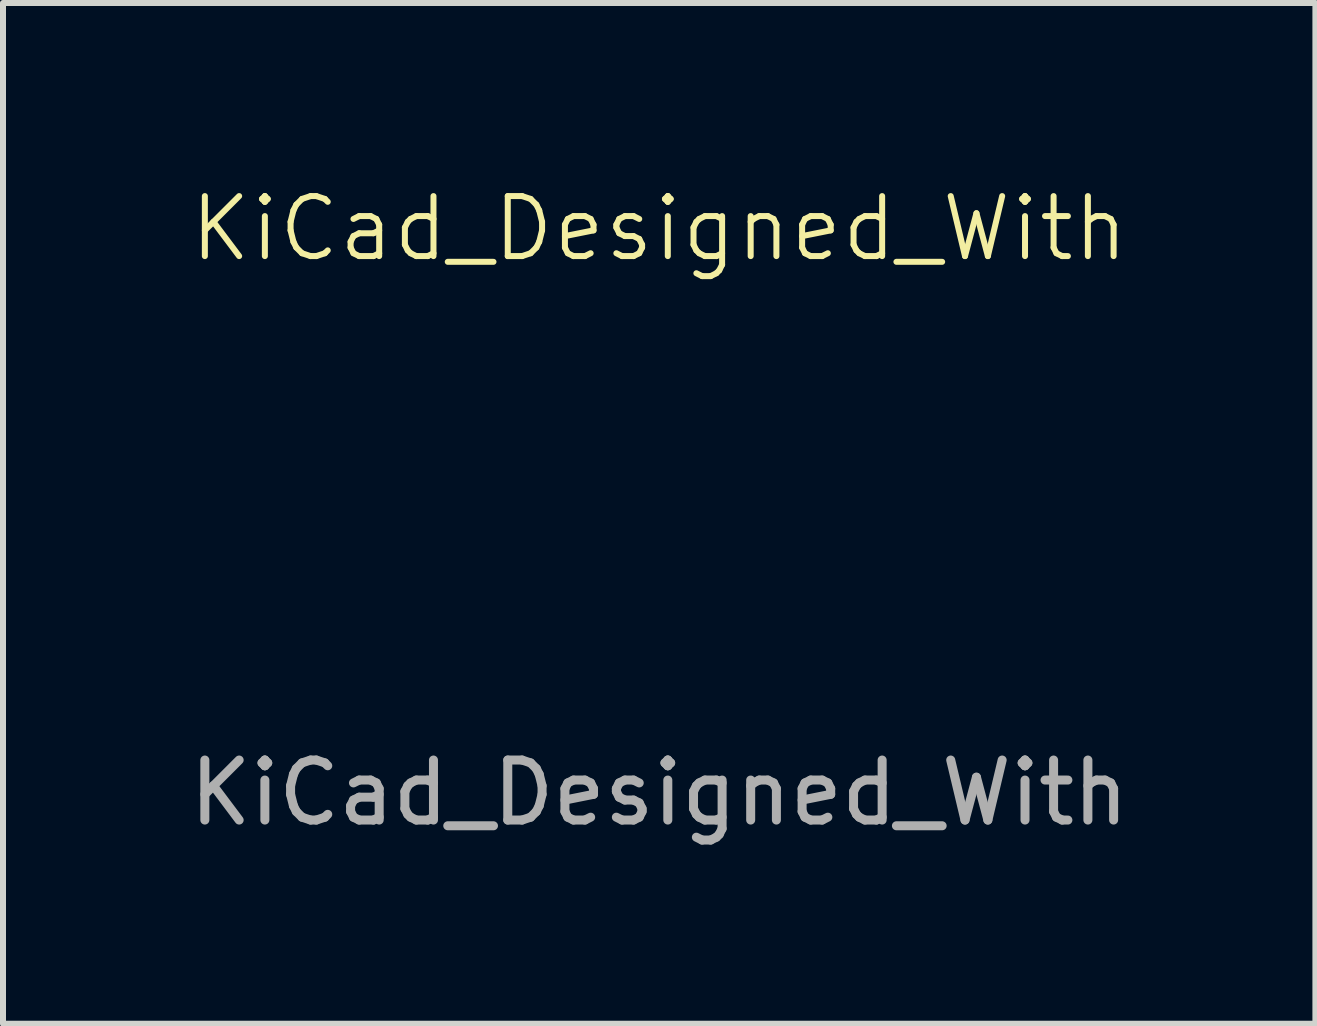
<source format=kicad_pcb>
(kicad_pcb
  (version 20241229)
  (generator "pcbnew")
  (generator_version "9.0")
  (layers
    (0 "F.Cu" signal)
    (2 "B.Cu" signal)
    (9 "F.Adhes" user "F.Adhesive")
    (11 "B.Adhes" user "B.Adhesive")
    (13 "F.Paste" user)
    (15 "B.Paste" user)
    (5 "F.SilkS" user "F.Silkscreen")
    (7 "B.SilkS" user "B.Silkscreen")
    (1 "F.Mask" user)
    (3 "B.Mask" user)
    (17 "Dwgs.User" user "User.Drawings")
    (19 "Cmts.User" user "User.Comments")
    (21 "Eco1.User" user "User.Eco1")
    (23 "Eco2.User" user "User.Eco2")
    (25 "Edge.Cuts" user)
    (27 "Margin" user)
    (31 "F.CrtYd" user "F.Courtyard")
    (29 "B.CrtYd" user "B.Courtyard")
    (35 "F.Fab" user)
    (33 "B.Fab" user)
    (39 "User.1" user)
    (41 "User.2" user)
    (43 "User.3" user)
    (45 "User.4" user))
  (footprint "KiCad_Designed_With"
    (layer "F.Cu")
    (at 7.935 6.16)
    (property "Reference" "KiCad_Designed_With" (at 0 -5.4 0) (unlocked yes) (layer "F.SilkS") (effects (font (size 1 1) (thickness 0.1))))
    (attr smd)
    (fp_poly (pts (xy -2.847 1.725) (xy -2.828 1.734) (xy -2.812 1.751) (xy -2.802 1.772) (xy -2.801 1.782) (xy -2.799 1.802) (xy -2.798 1.829) (xy -2.797 1.864) (xy -2.796 1.903) (xy -2.795 1.947) (xy -2.794 1.994) (xy -2.794 2.043) (xy -2.793 2.092) (xy -2.793 2.141) (xy -2.793 2.189) (xy -2.793 2.233) (xy -2.793 2.273) (xy -2.794 2.308) (xy -2.795 2.337) (xy -2.796 2.357) (xy -2.796 2.36) (xy -2.799 2.392) (xy -2.802 2.415) (xy -2.807 2.432) (xy -2.814 2.444) (xy -2.823 2.453) (xy -2.834 2.461) (xy -2.855 2.47) (xy -2.873 2.469) (xy -2.893 2.458) (xy -2.896 2.455) (xy -2.912 2.438) (xy -2.923 2.42) (xy -2.931 2.398) (xy -2.935 2.369) (xy -2.935 2.366) (xy -2.937 2.351) (xy -2.937 2.327) (xy -2.938 2.297) (xy -2.939 2.261) (xy -2.939 2.22) (xy -2.94 2.175) (xy -2.94 2.128) (xy -2.94 2.079) (xy -2.94 2.031) (xy -2.94 1.983) (xy -2.94 1.937) (xy -2.939 1.894) (xy -2.939 1.855) (xy -2.938 1.822) (xy -2.937 1.795) (xy -2.937 1.776) (xy -2.936 1.765) (xy -2.935 1.764) (xy -2.926 1.755) (xy -2.911 1.745) (xy -2.892 1.736) (xy -2.872 1.729) (xy -2.855 1.725)) (stroke (width 0) (type solid)) (fill yes) (layer "F.Mask"))
    (fp_poly (pts (xy 4.514 1.72) (xy 4.527 1.728) (xy 4.537 1.735) (xy 4.544 1.738) (xy 4.544 1.738) (xy 4.551 1.741) (xy 4.558 1.747) (xy 4.559 1.75) (xy 4.561 1.754) (xy 4.562 1.76) (xy 4.563 1.77) (xy 4.564 1.783) (xy 4.565 1.801) (xy 4.565 1.824) (xy 4.566 1.854) (xy 4.566 1.89) (xy 4.566 1.933) (xy 4.566 1.985) (xy 4.566 2.046) (xy 4.566 2.095) (xy 4.566 2.433) (xy 4.555 2.444) (xy 4.537 2.457) (xy 4.518 2.466) (xy 4.502 2.47) (xy 4.499 2.471) (xy 4.486 2.468) (xy 4.471 2.463) (xy 4.468 2.461) (xy 4.453 2.453) (xy 4.44 2.444) (xy 4.438 2.443) (xy 4.436 2.441) (xy 4.434 2.438) (xy 4.433 2.434) (xy 4.432 2.428) (xy 4.431 2.419) (xy 4.43 2.406) (xy 4.429 2.389) (xy 4.429 2.367) (xy 4.428 2.339) (xy 4.428 2.304) (xy 4.428 2.262) (xy 4.428 2.212) (xy 4.428 2.153) (xy 4.428 2.097) (xy 4.428 2.026) (xy 4.428 1.965) (xy 4.428 1.914) (xy 4.429 1.87) (xy 4.429 1.835) (xy 4.43 1.806) (xy 4.43 1.785) (xy 4.431 1.769) (xy 4.432 1.758) (xy 4.434 1.753) (xy 4.434 1.752) (xy 4.444 1.744) (xy 4.459 1.734) (xy 4.477 1.725) (xy 4.493 1.719) (xy 4.503 1.717)) (stroke (width 0) (type solid)) (fill yes) (layer "F.Mask"))
    (fp_poly (pts (xy 5.046 1.721) (xy 5.098 1.721) (xy 5.16 1.721) (xy 5.225 1.722) (xy 5.584 1.723) (xy 5.602 1.741) (xy 5.611 1.751) (xy 5.617 1.76) (xy 5.619 1.771) (xy 5.62 1.788) (xy 5.62 1.794) (xy 5.619 1.814) (xy 5.618 1.826) (xy 5.613 1.835) (xy 5.606 1.844) (xy 5.598 1.851) (xy 5.589 1.855) (xy 5.577 1.858) (xy 5.559 1.86) (xy 5.544 1.862) (xy 5.523 1.863) (xy 5.494 1.864) (xy 5.461 1.865) (xy 5.426 1.865) (xy 5.404 1.865) (xy 5.368 1.866) (xy 5.341 1.867) (xy 5.321 1.868) (xy 5.309 1.87) (xy 5.302 1.873) (xy 5.302 1.873) (xy 5.3 1.875) (xy 5.298 1.877) (xy 5.296 1.88) (xy 5.295 1.885) (xy 5.294 1.893) (xy 5.293 1.905) (xy 5.292 1.921) (xy 5.291 1.942) (xy 5.29 1.968) (xy 5.29 2.002) (xy 5.289 2.042) (xy 5.288 2.091) (xy 5.287 2.149) (xy 5.287 2.193) (xy 5.286 2.24) (xy 5.285 2.285) (xy 5.284 2.325) (xy 5.283 2.36) (xy 5.282 2.389) (xy 5.281 2.411) (xy 5.279 2.424) (xy 5.279 2.428) (xy 5.271 2.438) (xy 5.257 2.45) (xy 5.241 2.461) (xy 5.225 2.469) (xy 5.215 2.471) (xy 5.204 2.468) (xy 5.19 2.461) (xy 5.186 2.458) (xy 5.172 2.446) (xy 5.16 2.43) (xy 5.159 2.427) (xy 5.154 2.412) (xy 5.149 2.39) (xy 5.145 2.361) (xy 5.142 2.324) (xy 5.14 2.279) (xy 5.138 2.225) (xy 5.137 2.162) (xy 5.136 2.089) (xy 5.136 2.084) (xy 5.136 2.032) (xy 5.135 1.99) (xy 5.135 1.956) (xy 5.134 1.929) (xy 5.133 1.909) (xy 5.132 1.895) (xy 5.131 1.885) (xy 5.129 1.879) (xy 5.127 1.876) (xy 5.123 1.874) (xy 5.115 1.872) (xy 5.102 1.87) (xy 5.084 1.868) (xy 5.058 1.867) (xy 5.024 1.866) (xy 4.989 1.865) (xy 4.951 1.864) (xy 4.917 1.862) (xy 4.889 1.86) (xy 4.867 1.859) (xy 4.853 1.857) (xy 4.848 1.856) (xy 4.837 1.846) (xy 4.828 1.829) (xy 4.82 1.81) (xy 4.817 1.793) (xy 4.822 1.773) (xy 4.832 1.755) (xy 4.837 1.748) (xy 4.841 1.743) (xy 4.845 1.738) (xy 4.849 1.733) (xy 4.855 1.73) (xy 4.864 1.727) (xy 4.875 1.725) (xy 4.89 1.723) (xy 4.909 1.722) (xy 4.934 1.721) (xy 4.964 1.721) (xy 5.001 1.721)) (stroke (width 0) (type solid)) (fill yes) (layer "F.Mask"))
    (fp_poly (pts (xy 6.618 1.726) (xy 6.637 1.735) (xy 6.655 1.749) (xy 6.668 1.761) (xy 6.684 1.78) (xy 6.683 2.091) (xy 6.682 2.157) (xy 6.682 2.214) (xy 6.682 2.263) (xy 6.681 2.303) (xy 6.68 2.337) (xy 6.679 2.364) (xy 6.678 2.386) (xy 6.676 2.403) (xy 6.673 2.416) (xy 6.67 2.426) (xy 6.667 2.433) (xy 6.662 2.439) (xy 6.657 2.445) (xy 6.651 2.45) (xy 6.648 2.452) (xy 6.628 2.463) (xy 6.604 2.466) (xy 6.58 2.462) (xy 6.57 2.458) (xy 6.562 2.453) (xy 6.555 2.446) (xy 6.549 2.437) (xy 6.546 2.424) (xy 6.543 2.406) (xy 6.541 2.382) (xy 6.541 2.351) (xy 6.54 2.311) (xy 6.54 2.292) (xy 6.54 2.253) (xy 6.54 2.223) (xy 6.54 2.201) (xy 6.539 2.186) (xy 6.538 2.176) (xy 6.536 2.169) (xy 6.533 2.166) (xy 6.53 2.164) (xy 6.53 2.164) (xy 6.523 2.162) (xy 6.507 2.161) (xy 6.484 2.161) (xy 6.453 2.16) (xy 6.418 2.159) (xy 6.379 2.159) (xy 6.336 2.158) (xy 6.293 2.158) (xy 6.249 2.158) (xy 6.205 2.158) (xy 6.165 2.158) (xy 6.127 2.159) (xy 6.094 2.159) (xy 6.067 2.16) (xy 6.048 2.161) (xy 6.036 2.162) (xy 6.034 2.162) (xy 6.032 2.168) (xy 6.03 2.183) (xy 6.028 2.206) (xy 6.026 2.24) (xy 6.025 2.27) (xy 6.023 2.319) (xy 6.02 2.359) (xy 6.015 2.39) (xy 6.008 2.415) (xy 6 2.434) (xy 5.988 2.448) (xy 5.974 2.458) (xy 5.962 2.464) (xy 5.943 2.47) (xy 5.928 2.469) (xy 5.912 2.459) (xy 5.907 2.455) (xy 5.894 2.441) (xy 5.885 2.424) (xy 5.884 2.421) (xy 5.883 2.411) (xy 5.882 2.392) (xy 5.881 2.363) (xy 5.88 2.326) (xy 5.88 2.279) (xy 5.879 2.225) (xy 5.879 2.163) (xy 5.879 2.093) (xy 5.879 2.081) (xy 5.879 1.76) (xy 5.89 1.75) (xy 5.903 1.741) (xy 5.918 1.731) (xy 5.92 1.73) (xy 5.934 1.725) (xy 5.946 1.724) (xy 5.959 1.727) (xy 5.98 1.737) (xy 5.995 1.75) (xy 6.007 1.77) (xy 6.007 1.772) (xy 6.011 1.781) (xy 6.014 1.791) (xy 6.016 1.805) (xy 6.018 1.822) (xy 6.02 1.845) (xy 6.022 1.875) (xy 6.023 1.912) (xy 6.025 1.942) (xy 6.026 1.966) (xy 6.028 1.986) (xy 6.029 1.999) (xy 6.03 2.005) (xy 6.036 2.006) (xy 6.051 2.007) (xy 6.074 2.008) (xy 6.105 2.008) (xy 6.143 2.009) (xy 6.186 2.009) (xy 6.235 2.009) (xy 6.284 2.01) (xy 6.535 2.01) (xy 6.537 1.998) (xy 6.538 1.99) (xy 6.539 1.973) (xy 6.54 1.949) (xy 6.541 1.92) (xy 6.542 1.888) (xy 6.542 1.88) (xy 6.543 1.842) (xy 6.545 1.812) (xy 6.546 1.79) (xy 6.548 1.774) (xy 6.551 1.763) (xy 6.553 1.758) (xy 6.564 1.744) (xy 6.579 1.732) (xy 6.595 1.724) (xy 6.603 1.722)) (stroke (width 0) (type solid)) (fill yes) (layer "F.Mask"))
    (fp_poly (pts (xy -6.105 1.718) (xy -6.016 1.719) (xy -5.935 1.724) (xy -5.864 1.731) (xy -5.801 1.74) (xy -5.749 1.752) (xy -5.722 1.761) (xy -5.662 1.786) (xy -5.61 1.817) (xy -5.566 1.853) (xy -5.53 1.896) (xy -5.501 1.946) (xy -5.481 1.994) (xy -5.469 2.035) (xy -5.462 2.071) (xy -5.461 2.103) (xy -5.464 2.134) (xy -5.465 2.139) (xy -5.483 2.201) (xy -5.509 2.258) (xy -5.543 2.309) (xy -5.584 2.353) (xy -5.632 2.39) (xy -5.669 2.411) (xy -5.711 2.429) (xy -5.751 2.443) (xy -5.794 2.452) (xy -5.842 2.459) (xy -5.857 2.46) (xy -5.886 2.462) (xy -5.919 2.464) (xy -5.957 2.466) (xy -5.997 2.467) (xy -6.038 2.468) (xy -6.078 2.468) (xy -6.116 2.469) (xy -6.15 2.469) (xy -6.179 2.468) (xy -6.2 2.467) (xy -6.214 2.466) (xy -6.215 2.465) (xy -6.231 2.459) (xy -6.244 2.45) (xy -6.246 2.448) (xy -6.251 2.439) (xy -6.255 2.427) (xy -6.259 2.41) (xy -6.262 2.387) (xy -6.264 2.359) (xy -6.266 2.323) (xy -6.268 2.281) (xy -6.269 2.23) (xy -6.269 2.171) (xy -6.27 2.102) (xy -6.27 2.074) (xy -6.27 2.019) (xy -6.124 2.019) (xy -6.124 2.07) (xy -6.124 2.09) (xy -6.124 2.15) (xy -6.123 2.201) (xy -6.123 2.241) (xy -6.122 2.272) (xy -6.121 2.293) (xy -6.119 2.305) (xy -6.118 2.308) (xy -6.116 2.311) (xy -6.113 2.314) (xy -6.108 2.315) (xy -6.099 2.316) (xy -6.086 2.317) (xy -6.066 2.317) (xy -6.04 2.317) (xy -6.005 2.316) (xy -5.984 2.316) (xy -5.941 2.315) (xy -5.908 2.313) (xy -5.881 2.312) (xy -5.86 2.31) (xy -5.843 2.308) (xy -5.828 2.305) (xy -5.816 2.302) (xy -5.765 2.285) (xy -5.722 2.264) (xy -5.686 2.238) (xy -5.657 2.207) (xy -5.632 2.168) (xy -5.626 2.156) (xy -5.614 2.123) (xy -5.611 2.091) (xy -5.617 2.06) (xy -5.629 2.031) (xy -5.643 2.005) (xy -5.657 1.986) (xy -5.673 1.968) (xy -5.693 1.952) (xy -5.737 1.922) (xy -5.784 1.901) (xy -5.837 1.886) (xy -5.871 1.881) (xy -5.911 1.877) (xy -5.954 1.873) (xy -5.996 1.869) (xy -6.035 1.867) (xy -6.066 1.866) (xy -6.067 1.866) (xy -6.081 1.866) (xy -6.092 1.866) (xy -6.101 1.867) (xy -6.108 1.87) (xy -6.114 1.875) (xy -6.118 1.885) (xy -6.121 1.899) (xy -6.123 1.919) (xy -6.124 1.945) (xy -6.124 1.978) (xy -6.124 2.019) (xy -6.27 2.019) (xy -6.27 2.016) (xy -6.27 1.968) (xy -6.269 1.928) (xy -6.269 1.895) (xy -6.269 1.869) (xy -6.268 1.848) (xy -6.267 1.832) (xy -6.266 1.819) (xy -6.264 1.808) (xy -6.262 1.799) (xy -6.261 1.794) (xy -6.253 1.769) (xy -6.245 1.752) (xy -6.234 1.739) (xy -6.22 1.73) (xy -6.216 1.728) (xy -6.208 1.724) (xy -6.199 1.721) (xy -6.187 1.719) (xy -6.171 1.718) (xy -6.149 1.718) (xy -6.12 1.718)) (stroke (width 0) (type solid)) (fill yes) (layer "F.Mask"))
    (fp_poly (pts (xy -1.145 1.719) (xy -1.137 1.723) (xy -1.121 1.734) (xy -1.1 1.75) (xy -1.075 1.77) (xy -1.046 1.794) (xy -1.014 1.82) (xy -0.98 1.849) (xy -0.946 1.878) (xy -0.911 1.908) (xy -0.879 1.937) (xy -0.851 1.963) (xy -0.839 1.974) (xy -0.821 1.99) (xy -0.797 2.011) (xy -0.771 2.035) (xy -0.742 2.061) (xy -0.712 2.088) (xy -0.682 2.114) (xy -0.655 2.139) (xy -0.63 2.161) (xy -0.61 2.179) (xy -0.608 2.181) (xy -0.595 2.191) (xy -0.586 2.196) (xy -0.581 2.195) (xy -0.579 2.193) (xy -0.577 2.188) (xy -0.575 2.177) (xy -0.573 2.159) (xy -0.571 2.134) (xy -0.57 2.1) (xy -0.568 2.058) (xy -0.566 2.01) (xy -0.564 1.953) (xy -0.563 1.906) (xy -0.561 1.867) (xy -0.559 1.836) (xy -0.557 1.811) (xy -0.555 1.792) (xy -0.552 1.777) (xy -0.549 1.766) (xy -0.545 1.758) (xy -0.541 1.752) (xy -0.535 1.748) (xy -0.519 1.737) (xy -0.502 1.728) (xy -0.5 1.728) (xy -0.488 1.725) (xy -0.478 1.725) (xy -0.465 1.729) (xy -0.453 1.734) (xy -0.437 1.742) (xy -0.424 1.749) (xy -0.419 1.754) (xy -0.417 1.76) (xy -0.416 1.776) (xy -0.414 1.801) (xy -0.412 1.835) (xy -0.411 1.879) (xy -0.409 1.933) (xy -0.409 1.958) (xy -0.407 2.048) (xy -0.406 2.127) (xy -0.405 2.197) (xy -0.405 2.256) (xy -0.406 2.305) (xy -0.407 2.345) (xy -0.409 2.374) (xy -0.412 2.394) (xy -0.412 2.396) (xy -0.423 2.426) (xy -0.44 2.451) (xy -0.464 2.468) (xy -0.464 2.469) (xy -0.473 2.473) (xy -0.479 2.475) (xy -0.486 2.473) (xy -0.497 2.468) (xy -0.502 2.465) (xy -0.514 2.458) (xy -0.531 2.445) (xy -0.553 2.428) (xy -0.581 2.405) (xy -0.614 2.377) (xy -0.654 2.343) (xy -0.7 2.303) (xy -0.752 2.257) (xy -0.811 2.204) (xy -0.877 2.145) (xy -0.95 2.079) (xy -0.979 2.053) (xy -0.997 2.037) (xy -1.014 2.023) (xy -1.028 2.012) (xy -1.034 2.007) (xy -1.042 2.002) (xy -1.048 2) (xy -1.053 2.001) (xy -1.057 2.006) (xy -1.06 2.016) (xy -1.062 2.033) (xy -1.063 2.056) (xy -1.064 2.088) (xy -1.065 2.129) (xy -1.065 2.139) (xy -1.067 2.18) (xy -1.068 2.223) (xy -1.07 2.265) (xy -1.072 2.303) (xy -1.074 2.335) (xy -1.075 2.35) (xy -1.078 2.384) (xy -1.081 2.409) (xy -1.086 2.427) (xy -1.092 2.44) (xy -1.101 2.45) (xy -1.113 2.458) (xy -1.124 2.463) (xy -1.144 2.469) (xy -1.162 2.467) (xy -1.181 2.457) (xy -1.188 2.45) (xy -1.198 2.442) (xy -1.205 2.433) (xy -1.211 2.423) (xy -1.216 2.41) (xy -1.22 2.394) (xy -1.222 2.374) (xy -1.224 2.347) (xy -1.225 2.313) (xy -1.226 2.271) (xy -1.227 2.238) (xy -1.228 2.189) (xy -1.228 2.134) (xy -1.228 2.077) (xy -1.228 2.022) (xy -1.228 1.97) (xy -1.227 1.94) (xy -1.225 1.797) (xy -1.21 1.766) (xy -1.194 1.743) (xy -1.177 1.726) (xy -1.159 1.718)) (stroke (width 0) (type solid)) (fill yes) (layer "F.Mask"))
    (fp_poly (pts (xy 1.245 1.718) (xy 1.282 1.719) (xy 1.317 1.72) (xy 1.347 1.722) (xy 1.357 1.723) (xy 1.394 1.726) (xy 1.432 1.731) (xy 1.47 1.737) (xy 1.507 1.743) (xy 1.541 1.749) (xy 1.569 1.755) (xy 1.592 1.761) (xy 1.607 1.766) (xy 1.61 1.768) (xy 1.619 1.773) (xy 1.628 1.776) (xy 1.646 1.784) (xy 1.668 1.796) (xy 1.692 1.811) (xy 1.716 1.827) (xy 1.736 1.843) (xy 1.74 1.847) (xy 1.762 1.871) (xy 1.785 1.901) (xy 1.807 1.934) (xy 1.827 1.969) (xy 1.84 1.996) (xy 1.854 2.041) (xy 1.859 2.089) (xy 1.855 2.137) (xy 1.849 2.164) (xy 1.827 2.224) (xy 1.797 2.277) (xy 1.76 2.324) (xy 1.717 2.364) (xy 1.693 2.381) (xy 1.64 2.412) (xy 1.59 2.435) (xy 1.541 2.45) (xy 1.493 2.458) (xy 1.49 2.458) (xy 1.443 2.461) (xy 1.395 2.464) (xy 1.346 2.467) (xy 1.298 2.468) (xy 1.253 2.47) (xy 1.21 2.47) (xy 1.172 2.47) (xy 1.14 2.47) (xy 1.115 2.468) (xy 1.098 2.466) (xy 1.091 2.465) (xy 1.081 2.457) (xy 1.07 2.444) (xy 1.068 2.441) (xy 1.064 2.432) (xy 1.059 2.42) (xy 1.056 2.405) (xy 1.053 2.386) (xy 1.05 2.363) (xy 1.048 2.334) (xy 1.047 2.299) (xy 1.046 2.257) (xy 1.045 2.207) (xy 1.044 2.149) (xy 1.044 2.091) (xy 1.203 2.091) (xy 1.203 2.147) (xy 1.203 2.193) (xy 1.204 2.23) (xy 1.204 2.259) (xy 1.205 2.281) (xy 1.206 2.297) (xy 1.207 2.307) (xy 1.209 2.311) (xy 1.209 2.312) (xy 1.213 2.314) (xy 1.222 2.315) (xy 1.236 2.316) (xy 1.257 2.317) (xy 1.285 2.316) (xy 1.322 2.316) (xy 1.336 2.316) (xy 1.376 2.315) (xy 1.407 2.314) (xy 1.431 2.312) (xy 1.451 2.311) (xy 1.467 2.308) (xy 1.482 2.305) (xy 1.497 2.301) (xy 1.503 2.3) (xy 1.543 2.288) (xy 1.575 2.275) (xy 1.602 2.261) (xy 1.625 2.244) (xy 1.637 2.233) (xy 1.666 2.202) (xy 1.687 2.167) (xy 1.7 2.131) (xy 1.704 2.107) (xy 1.705 2.087) (xy 1.702 2.069) (xy 1.695 2.047) (xy 1.692 2.039) (xy 1.684 2.019) (xy 1.674 2.003) (xy 1.662 1.987) (xy 1.644 1.968) (xy 1.642 1.966) (xy 1.622 1.947) (xy 1.605 1.934) (xy 1.587 1.924) (xy 1.569 1.917) (xy 1.544 1.907) (xy 1.523 1.9) (xy 1.503 1.894) (xy 1.483 1.889) (xy 1.463 1.885) (xy 1.439 1.882) (xy 1.411 1.879) (xy 1.377 1.876) (xy 1.336 1.873) (xy 1.304 1.871) (xy 1.27 1.869) (xy 1.245 1.868) (xy 1.228 1.868) (xy 1.217 1.869) (xy 1.211 1.871) (xy 1.21 1.871) (xy 1.208 1.874) (xy 1.207 1.88) (xy 1.206 1.889) (xy 1.205 1.904) (xy 1.204 1.923) (xy 1.203 1.949) (xy 1.203 1.983) (xy 1.203 2.025) (xy 1.203 2.076) (xy 1.203 2.091) (xy 1.044 2.091) (xy 1.044 2.082) (xy 1.044 2.047) (xy 1.044 1.779) (xy 1.063 1.757) (xy 1.076 1.744) (xy 1.089 1.734) (xy 1.103 1.727) (xy 1.12 1.722) (xy 1.142 1.719) (xy 1.171 1.718) (xy 1.208 1.718) (xy 1.211 1.718)) (stroke (width 0) (type solid)) (fill yes) (layer "F.Mask"))
    (fp_poly (pts (xy -1.85 1.723) (xy -1.815 1.725) (xy -1.787 1.728) (xy -1.781 1.73) (xy -1.762 1.734) (xy -1.747 1.737) (xy -1.738 1.738) (xy -1.726 1.74) (xy -1.708 1.747) (xy -1.689 1.756) (xy -1.671 1.766) (xy -1.659 1.775) (xy -1.645 1.792) (xy -1.636 1.81) (xy -1.632 1.824) (xy -1.635 1.835) (xy -1.641 1.849) (xy -1.644 1.855) (xy -1.656 1.872) (xy -1.673 1.883) (xy -1.676 1.884) (xy -1.685 1.887) (xy -1.695 1.889) (xy -1.706 1.89) (xy -1.721 1.889) (xy -1.743 1.886) (xy -1.769 1.883) (xy -1.836 1.876) (xy -1.902 1.874) (xy -1.965 1.876) (xy -2.023 1.881) (xy -2.075 1.891) (xy -2.088 1.894) (xy -2.119 1.905) (xy -2.151 1.919) (xy -2.182 1.936) (xy -2.209 1.953) (xy -2.23 1.97) (xy -2.235 1.975) (xy -2.262 2.011) (xy -2.279 2.048) (xy -2.286 2.087) (xy -2.283 2.126) (xy -2.271 2.162) (xy -2.25 2.197) (xy -2.219 2.23) (xy -2.181 2.258) (xy -2.136 2.283) (xy -2.086 2.302) (xy -2.084 2.302) (xy -2.071 2.306) (xy -2.058 2.309) (xy -2.044 2.311) (xy -2.028 2.313) (xy -2.007 2.313) (xy -1.98 2.314) (xy -1.946 2.314) (xy -1.925 2.314) (xy -1.879 2.314) (xy -1.842 2.313) (xy -1.813 2.312) (xy -1.791 2.309) (xy -1.773 2.305) (xy -1.759 2.299) (xy -1.748 2.292) (xy -1.741 2.286) (xy -1.734 2.274) (xy -1.73 2.259) (xy -1.73 2.242) (xy -1.734 2.229) (xy -1.736 2.226) (xy -1.744 2.223) (xy -1.759 2.22) (xy -1.78 2.217) (xy -1.802 2.215) (xy -1.828 2.212) (xy -1.853 2.208) (xy -1.874 2.204) (xy -1.885 2.201) (xy -1.909 2.189) (xy -1.925 2.172) (xy -1.934 2.151) (xy -1.935 2.13) (xy -1.928 2.108) (xy -1.912 2.089) (xy -1.89 2.075) (xy -1.881 2.072) (xy -1.871 2.069) (xy -1.859 2.067) (xy -1.843 2.065) (xy -1.821 2.064) (xy -1.792 2.063) (xy -1.755 2.062) (xy -1.755 2.062) (xy -1.718 2.061) (xy -1.69 2.061) (xy -1.67 2.061) (xy -1.655 2.062) (xy -1.644 2.063) (xy -1.637 2.065) (xy -1.63 2.068) (xy -1.625 2.071) (xy -1.614 2.079) (xy -1.605 2.087) (xy -1.598 2.097) (xy -1.593 2.11) (xy -1.59 2.128) (xy -1.588 2.152) (xy -1.587 2.183) (xy -1.586 2.222) (xy -1.586 2.239) (xy -1.585 2.277) (xy -1.585 2.306) (xy -1.586 2.328) (xy -1.586 2.343) (xy -1.588 2.355) (xy -1.59 2.363) (xy -1.592 2.369) (xy -1.595 2.374) (xy -1.615 2.397) (xy -1.643 2.417) (xy -1.681 2.434) (xy -1.712 2.444) (xy -1.747 2.452) (xy -1.791 2.459) (xy -1.839 2.464) (xy -1.89 2.467) (xy -1.942 2.468) (xy -1.991 2.466) (xy -2.002 2.465) (xy -2.055 2.46) (xy -2.102 2.452) (xy -2.145 2.441) (xy -2.187 2.426) (xy -2.22 2.412) (xy -2.275 2.38) (xy -2.324 2.341) (xy -2.365 2.294) (xy -2.401 2.239) (xy -2.429 2.176) (xy -2.438 2.153) (xy -2.445 2.121) (xy -2.446 2.088) (xy -2.44 2.052) (xy -2.428 2.012) (xy -2.408 1.966) (xy -2.399 1.949) (xy -2.367 1.898) (xy -2.327 1.853) (xy -2.28 1.815) (xy -2.227 1.784) (xy -2.215 1.779) (xy -2.194 1.77) (xy -2.177 1.763) (xy -2.165 1.759) (xy -2.161 1.758) (xy -2.152 1.757) (xy -2.138 1.753) (xy -2.131 1.751) (xy -2.101 1.743) (xy -2.065 1.736) (xy -2.024 1.731) (xy -1.979 1.727) (xy -1.934 1.724) (xy -1.89 1.722)) (stroke (width 0) (type solid)) (fill yes) (layer "F.Mask"))
    (fp_poly (pts (xy -3.666 1.719) (xy -3.63 1.719) (xy -3.595 1.72) (xy -3.562 1.721) (xy -3.533 1.723) (xy -3.51 1.724) (xy -3.495 1.726) (xy -3.491 1.727) (xy -3.48 1.73) (xy -3.462 1.734) (xy -3.441 1.737) (xy -3.436 1.738) (xy -3.399 1.744) (xy -3.365 1.754) (xy -3.337 1.766) (xy -3.324 1.774) (xy -3.314 1.785) (xy -3.304 1.8) (xy -3.302 1.804) (xy -3.297 1.816) (xy -3.295 1.824) (xy -3.298 1.834) (xy -3.306 1.848) (xy -3.306 1.849) (xy -3.32 1.869) (xy -3.336 1.885) (xy -3.353 1.895) (xy -3.364 1.897) (xy -3.376 1.895) (xy -3.389 1.892) (xy -3.405 1.888) (xy -3.43 1.885) (xy -3.462 1.882) (xy -3.5 1.879) (xy -3.542 1.877) (xy -3.586 1.876) (xy -3.63 1.875) (xy -3.674 1.875) (xy -3.716 1.875) (xy -3.754 1.876) (xy -3.786 1.878) (xy -3.806 1.88) (xy -3.844 1.886) (xy -3.877 1.895) (xy -3.903 1.906) (xy -3.921 1.918) (xy -3.926 1.923) (xy -3.933 1.933) (xy -3.933 1.941) (xy -3.927 1.951) (xy -3.914 1.964) (xy -3.891 1.975) (xy -3.861 1.986) (xy -3.835 1.992) (xy -3.809 1.997) (xy -3.781 2.003) (xy -3.763 2.006) (xy -3.696 2.02) (xy -3.634 2.031) (xy -3.593 2.038) (xy -3.54 2.047) (xy -3.495 2.057) (xy -3.457 2.068) (xy -3.425 2.081) (xy -3.397 2.096) (xy -3.389 2.101) (xy -3.363 2.12) (xy -3.339 2.145) (xy -3.319 2.171) (xy -3.305 2.196) (xy -3.305 2.197) (xy -3.295 2.234) (xy -3.295 2.27) (xy -3.304 2.304) (xy -3.323 2.337) (xy -3.353 2.37) (xy -3.381 2.394) (xy -3.41 2.416) (xy -3.439 2.432) (xy -3.471 2.444) (xy -3.508 2.453) (xy -3.537 2.459) (xy -3.56 2.462) (xy -3.59 2.464) (xy -3.627 2.466) (xy -3.668 2.467) (xy -3.712 2.468) (xy -3.755 2.469) (xy -3.796 2.469) (xy -3.834 2.468) (xy -3.865 2.466) (xy -3.868 2.466) (xy -3.927 2.46) (xy -3.977 2.453) (xy -4.018 2.445) (xy -4.049 2.434) (xy -4.072 2.422) (xy -4.079 2.416) (xy -4.088 2.406) (xy -4.092 2.396) (xy -4.093 2.38) (xy -4.093 2.374) (xy -4.091 2.348) (xy -4.084 2.329) (xy -4.072 2.316) (xy -4.063 2.311) (xy -4.053 2.307) (xy -4.043 2.305) (xy -4.029 2.305) (xy -4.009 2.306) (xy -3.991 2.307) (xy -3.973 2.308) (xy -3.947 2.309) (xy -3.913 2.31) (xy -3.874 2.311) (xy -3.831 2.312) (xy -3.786 2.313) (xy -3.745 2.313) (xy -3.553 2.314) (xy -3.519 2.297) (xy -3.491 2.282) (xy -3.474 2.268) (xy -3.465 2.255) (xy -3.467 2.242) (xy -3.478 2.23) (xy -3.499 2.219) (xy -3.53 2.208) (xy -3.571 2.198) (xy -3.622 2.188) (xy -3.635 2.186) (xy -3.66 2.181) (xy -3.684 2.176) (xy -3.705 2.172) (xy -3.709 2.171) (xy -3.731 2.166) (xy -3.754 2.162) (xy -3.763 2.161) (xy -3.788 2.157) (xy -3.818 2.152) (xy -3.85 2.145) (xy -3.882 2.138) (xy -3.91 2.131) (xy -3.933 2.125) (xy -3.944 2.121) (xy -3.963 2.114) (xy -3.979 2.106) (xy -3.994 2.097) (xy -4.011 2.084) (xy -4.032 2.067) (xy -4.048 2.052) (xy -4.071 2.032) (xy -4.087 2.015) (xy -4.096 1.999) (xy -4.101 1.982) (xy -4.101 1.962) (xy -4.099 1.936) (xy -4.099 1.934) (xy -4.091 1.89) (xy -4.077 1.855) (xy -4.058 1.827) (xy -4.056 1.826) (xy -4.023 1.797) (xy -3.985 1.772) (xy -3.941 1.753) (xy -3.889 1.738) (xy -3.83 1.727) (xy -3.783 1.722) (xy -3.762 1.72) (xy -3.734 1.719) (xy -3.701 1.719)) (stroke (width 0) (type solid)) (fill yes) (layer "F.Mask"))
    (fp_poly (pts (xy 0.149 1.716) (xy 0.19 1.717) (xy 0.241 1.717) (xy 0.3 1.718) (xy 0.321 1.718) (xy 0.383 1.719) (xy 0.436 1.72) (xy 0.481 1.721) (xy 0.518 1.721) (xy 0.548 1.722) (xy 0.572 1.723) (xy 0.591 1.724) (xy 0.606 1.725) (xy 0.617 1.726) (xy 0.626 1.727) (xy 0.634 1.729) (xy 0.641 1.73) (xy 0.648 1.733) (xy 0.648 1.733) (xy 0.666 1.741) (xy 0.678 1.752) (xy 0.685 1.77) (xy 0.688 1.785) (xy 0.689 1.811) (xy 0.682 1.83) (xy 0.667 1.845) (xy 0.658 1.85) (xy 0.652 1.853) (xy 0.645 1.855) (xy 0.636 1.856) (xy 0.624 1.858) (xy 0.608 1.859) (xy 0.587 1.861) (xy 0.561 1.862) (xy 0.527 1.863) (xy 0.486 1.865) (xy 0.435 1.867) (xy 0.403 1.868) (xy 0.355 1.869) (xy 0.31 1.871) (xy 0.268 1.872) (xy 0.232 1.874) (xy 0.202 1.875) (xy 0.18 1.877) (xy 0.165 1.878) (xy 0.161 1.879) (xy 0.155 1.882) (xy 0.152 1.888) (xy 0.149 1.898) (xy 0.147 1.914) (xy 0.146 1.938) (xy 0.145 1.949) (xy 0.144 1.973) (xy 0.145 1.988) (xy 0.147 1.998) (xy 0.15 2.002) (xy 0.156 2.005) (xy 0.165 2.007) (xy 0.181 2.009) (xy 0.205 2.009) (xy 0.23 2.01) (xy 0.285 2.01) (xy 0.335 2.011) (xy 0.38 2.012) (xy 0.419 2.014) (xy 0.451 2.016) (xy 0.475 2.019) (xy 0.49 2.022) (xy 0.494 2.023) (xy 0.507 2.035) (xy 0.519 2.052) (xy 0.528 2.071) (xy 0.529 2.075) (xy 0.529 2.088) (xy 0.523 2.105) (xy 0.513 2.122) (xy 0.502 2.135) (xy 0.496 2.14) (xy 0.481 2.145) (xy 0.458 2.15) (xy 0.429 2.154) (xy 0.39 2.156) (xy 0.344 2.159) (xy 0.287 2.16) (xy 0.278 2.16) (xy 0.243 2.161) (xy 0.211 2.162) (xy 0.183 2.163) (xy 0.163 2.164) (xy 0.15 2.166) (xy 0.146 2.167) (xy 0.144 2.174) (xy 0.142 2.19) (xy 0.14 2.21) (xy 0.14 2.234) (xy 0.14 2.257) (xy 0.14 2.279) (xy 0.142 2.297) (xy 0.144 2.308) (xy 0.145 2.309) (xy 0.15 2.311) (xy 0.163 2.313) (xy 0.184 2.315) (xy 0.214 2.316) (xy 0.252 2.318) (xy 0.3 2.319) (xy 0.314 2.319) (xy 0.384 2.321) (xy 0.444 2.323) (xy 0.496 2.324) (xy 0.539 2.326) (xy 0.574 2.328) (xy 0.603 2.329) (xy 0.625 2.331) (xy 0.641 2.334) (xy 0.653 2.336) (xy 0.66 2.339) (xy 0.661 2.339) (xy 0.674 2.353) (xy 0.682 2.375) (xy 0.684 2.4) (xy 0.683 2.411) (xy 0.682 2.422) (xy 0.68 2.432) (xy 0.677 2.44) (xy 0.672 2.447) (xy 0.664 2.452) (xy 0.653 2.457) (xy 0.637 2.46) (xy 0.616 2.462) (xy 0.589 2.464) (xy 0.555 2.465) (xy 0.514 2.466) (xy 0.464 2.467) (xy 0.405 2.468) (xy 0.387 2.468) (xy 0.336 2.468) (xy 0.286 2.468) (xy 0.238 2.468) (xy 0.195 2.468) (xy 0.157 2.468) (xy 0.126 2.468) (xy 0.103 2.467) (xy 0.089 2.467) (xy 0.066 2.465) (xy 0.05 2.463) (xy 0.039 2.459) (xy 0.031 2.454) (xy 0.024 2.449) (xy 0.011 2.429) (xy 0.006 2.413) (xy 0.006 2.404) (xy 0.005 2.386) (xy 0.005 2.359) (xy 0.004 2.325) (xy 0.004 2.285) (xy 0.003 2.24) (xy 0.003 2.189) (xy 0.002 2.136) (xy 0.002 2.084) (xy 0.001 1.776) (xy 0.015 1.752) (xy 0.026 1.736) (xy 0.036 1.725) (xy 0.041 1.721) (xy 0.046 1.719) (xy 0.055 1.718) (xy 0.069 1.717) (xy 0.089 1.717) (xy 0.115 1.716)) (stroke (width 0) (type solid)) (fill yes) (layer "F.Mask"))
    (fp_poly (pts (xy -4.696 1.718) (xy -4.665 1.718) (xy -4.612 1.719) (xy -4.569 1.72) (xy -4.533 1.72) (xy -4.505 1.722) (xy -4.482 1.724) (xy -4.465 1.726) (xy -4.451 1.73) (xy -4.441 1.735) (xy -4.432 1.741) (xy -4.424 1.748) (xy -4.416 1.757) (xy -4.416 1.757) (xy -4.406 1.77) (xy -4.402 1.78) (xy -4.402 1.795) (xy -4.402 1.801) (xy -4.406 1.82) (xy -4.415 1.835) (xy -4.421 1.842) (xy -4.437 1.858) (xy -4.528 1.862) (xy -4.558 1.863) (xy -4.596 1.864) (xy -4.639 1.866) (xy -4.685 1.868) (xy -4.732 1.869) (xy -4.772 1.87) (xy -4.819 1.872) (xy -4.856 1.873) (xy -4.886 1.875) (xy -4.908 1.877) (xy -4.925 1.88) (xy -4.936 1.883) (xy -4.943 1.888) (xy -4.948 1.894) (xy -4.95 1.902) (xy -4.952 1.911) (xy -4.955 1.934) (xy -4.956 1.957) (xy -4.956 1.978) (xy -4.954 1.994) (xy -4.951 2.003) (xy -4.951 2.004) (xy -4.944 2.005) (xy -4.928 2.006) (xy -4.905 2.008) (xy -4.876 2.009) (xy -4.841 2.01) (xy -4.803 2.011) (xy -4.787 2.012) (xy -4.735 2.013) (xy -4.692 2.015) (xy -4.657 2.017) (xy -4.63 2.02) (xy -4.61 2.024) (xy -4.595 2.029) (xy -4.586 2.036) (xy -4.58 2.046) (xy -4.577 2.057) (xy -4.576 2.071) (xy -4.575 2.076) (xy -4.579 2.103) (xy -4.588 2.124) (xy -4.603 2.138) (xy -4.607 2.14) (xy -4.625 2.145) (xy -4.648 2.15) (xy -4.678 2.154) (xy -4.716 2.157) (xy -4.762 2.159) (xy -4.817 2.16) (xy -4.823 2.16) (xy -4.863 2.161) (xy -4.896 2.162) (xy -4.923 2.163) (xy -4.941 2.165) (xy -4.95 2.167) (xy -4.951 2.167) (xy -4.953 2.174) (xy -4.955 2.189) (xy -4.956 2.209) (xy -4.957 2.232) (xy -4.957 2.256) (xy -4.957 2.278) (xy -4.956 2.295) (xy -4.955 2.306) (xy -4.954 2.307) (xy -4.952 2.31) (xy -4.947 2.311) (xy -4.939 2.313) (xy -4.927 2.314) (xy -4.908 2.315) (xy -4.884 2.316) (xy -4.851 2.317) (xy -4.811 2.318) (xy -4.774 2.319) (xy -4.697 2.321) (xy -4.629 2.323) (xy -4.571 2.325) (xy -4.523 2.328) (xy -4.486 2.331) (xy -4.458 2.334) (xy -4.441 2.338) (xy -4.421 2.348) (xy -4.408 2.366) (xy -4.403 2.389) (xy -4.404 2.405) (xy -4.41 2.429) (xy -4.421 2.445) (xy -4.44 2.457) (xy -4.459 2.463) (xy -4.468 2.465) (xy -4.479 2.467) (xy -4.494 2.468) (xy -4.513 2.469) (xy -4.537 2.47) (xy -4.568 2.47) (xy -4.605 2.47) (xy -4.651 2.47) (xy -4.705 2.47) (xy -4.731 2.47) (xy -4.781 2.47) (xy -4.83 2.47) (xy -4.876 2.469) (xy -4.918 2.469) (xy -4.954 2.468) (xy -4.984 2.467) (xy -5.006 2.467) (xy -5.016 2.466) (xy -5.038 2.464) (xy -5.057 2.461) (xy -5.069 2.457) (xy -5.071 2.456) (xy -5.079 2.448) (xy -5.088 2.434) (xy -5.092 2.426) (xy -5.094 2.421) (xy -5.095 2.414) (xy -5.097 2.406) (xy -5.098 2.395) (xy -5.099 2.381) (xy -5.099 2.363) (xy -5.1 2.34) (xy -5.1 2.311) (xy -5.101 2.276) (xy -5.101 2.233) (xy -5.101 2.182) (xy -5.101 2.122) (xy -5.101 2.094) (xy -5.101 2.03) (xy -5.101 1.976) (xy -5.101 1.93) (xy -5.101 1.892) (xy -5.1 1.861) (xy -5.1 1.836) (xy -5.099 1.816) (xy -5.098 1.801) (xy -5.097 1.79) (xy -5.096 1.782) (xy -5.095 1.776) (xy -5.093 1.771) (xy -5.091 1.766) (xy -5.084 1.753) (xy -5.076 1.744) (xy -5.068 1.736) (xy -5.055 1.731) (xy -5.039 1.727) (xy -5.016 1.725) (xy -4.985 1.723) (xy -4.954 1.721) (xy -4.924 1.72) (xy -4.887 1.719) (xy -4.843 1.719) (xy -4.796 1.718) (xy -4.746 1.718)) (stroke (width 0) (type solid)) (fill yes) (layer "F.Mask"))
    (fp_poly (pts (xy 4.071 1.721) (xy 4.086 1.731) (xy 4.102 1.744) (xy 4.114 1.759) (xy 4.119 1.767) (xy 4.124 1.792) (xy 4.121 1.821) (xy 4.111 1.852) (xy 4.11 1.853) (xy 4.104 1.866) (xy 4.095 1.886) (xy 4.085 1.91) (xy 4.079 1.925) (xy 4.067 1.952) (xy 4.054 1.982) (xy 4.042 2.009) (xy 4.037 2.019) (xy 4.029 2.038) (xy 4.022 2.053) (xy 4.018 2.062) (xy 4.018 2.064) (xy 4.016 2.069) (xy 4.01 2.082) (xy 4.001 2.101) (xy 3.991 2.123) (xy 3.988 2.129) (xy 3.975 2.155) (xy 3.962 2.182) (xy 3.952 2.205) (xy 3.944 2.222) (xy 3.944 2.222) (xy 3.932 2.248) (xy 3.917 2.278) (xy 3.902 2.31) (xy 3.886 2.342) (xy 3.871 2.372) (xy 3.857 2.398) (xy 3.847 2.417) (xy 3.844 2.421) (xy 3.825 2.447) (xy 3.805 2.464) (xy 3.783 2.471) (xy 3.761 2.467) (xy 3.748 2.461) (xy 3.741 2.457) (xy 3.735 2.452) (xy 3.729 2.445) (xy 3.721 2.436) (xy 3.713 2.423) (xy 3.703 2.407) (xy 3.691 2.386) (xy 3.677 2.359) (xy 3.659 2.326) (xy 3.638 2.285) (xy 3.613 2.237) (xy 3.601 2.215) (xy 3.589 2.192) (xy 3.578 2.172) (xy 3.57 2.158) (xy 3.565 2.15) (xy 3.565 2.149) (xy 3.562 2.146) (xy 3.559 2.145) (xy 3.555 2.146) (xy 3.551 2.15) (xy 3.545 2.157) (xy 3.538 2.17) (xy 3.528 2.188) (xy 3.515 2.212) (xy 3.498 2.243) (xy 3.478 2.282) (xy 3.465 2.307) (xy 3.443 2.35) (xy 3.424 2.384) (xy 3.408 2.411) (xy 3.394 2.432) (xy 3.382 2.447) (xy 3.371 2.458) (xy 3.359 2.466) (xy 3.353 2.469) (xy 3.341 2.474) (xy 3.334 2.475) (xy 3.327 2.472) (xy 3.318 2.467) (xy 3.304 2.456) (xy 3.291 2.442) (xy 3.289 2.44) (xy 3.283 2.429) (xy 3.272 2.411) (xy 3.259 2.386) (xy 3.244 2.356) (xy 3.227 2.323) (xy 3.209 2.287) (xy 3.191 2.25) (xy 3.174 2.214) (xy 3.158 2.179) (xy 3.151 2.166) (xy 3.139 2.138) (xy 3.125 2.109) (xy 3.113 2.082) (xy 3.104 2.063) (xy 3.087 2.025) (xy 3.069 1.986) (xy 3.052 1.947) (xy 3.037 1.91) (xy 3.023 1.876) (xy 3.011 1.847) (xy 3.003 1.823) (xy 2.998 1.808) (xy 2.997 1.805) (xy 2.994 1.789) (xy 2.994 1.778) (xy 2.998 1.768) (xy 3.003 1.761) (xy 3.015 1.749) (xy 3.031 1.736) (xy 3.037 1.733) (xy 3.05 1.726) (xy 3.06 1.724) (xy 3.071 1.726) (xy 3.081 1.729) (xy 3.096 1.737) (xy 3.11 1.75) (xy 3.121 1.766) (xy 3.13 1.78) (xy 3.142 1.803) (xy 3.157 1.831) (xy 3.174 1.864) (xy 3.192 1.9) (xy 3.21 1.938) (xy 3.228 1.975) (xy 3.245 2.011) (xy 3.247 2.015) (xy 3.271 2.067) (xy 3.292 2.11) (xy 3.31 2.144) (xy 3.324 2.169) (xy 3.335 2.185) (xy 3.342 2.191) (xy 3.343 2.192) (xy 3.348 2.19) (xy 3.354 2.185) (xy 3.361 2.175) (xy 3.371 2.16) (xy 3.383 2.138) (xy 3.399 2.108) (xy 3.415 2.079) (xy 3.44 2.031) (xy 3.462 1.992) (xy 3.48 1.962) (xy 3.497 1.938) (xy 3.511 1.921) (xy 3.52 1.912) (xy 3.534 1.901) (xy 3.546 1.894) (xy 3.553 1.892) (xy 3.574 1.897) (xy 3.596 1.912) (xy 3.619 1.937) (xy 3.642 1.973) (xy 3.659 2.002) (xy 3.681 2.043) (xy 3.7 2.08) (xy 3.717 2.11) (xy 3.729 2.133) (xy 3.733 2.14) (xy 3.743 2.158) (xy 3.752 2.175) (xy 3.754 2.179) (xy 3.762 2.191) (xy 3.768 2.199) (xy 3.769 2.2) (xy 3.778 2.201) (xy 3.787 2.194) (xy 3.796 2.181) (xy 3.797 2.178) (xy 3.802 2.167) (xy 3.81 2.149) (xy 3.821 2.127) (xy 3.832 2.102) (xy 3.836 2.094) (xy 3.849 2.066) (xy 3.862 2.038) (xy 3.874 2.013) (xy 3.883 1.994) (xy 3.884 1.992) (xy 3.899 1.96) (xy 3.916 1.926) (xy 3.933 1.891) (xy 3.95 1.857) (xy 3.967 1.826) (xy 3.981 1.799) (xy 3.992 1.778) (xy 4 1.766) (xy 4.016 1.745) (xy 4.034 1.728) (xy 4.05 1.719) (xy 4.058 1.717)) (stroke (width 0) (type solid)) (fill yes) (layer "F.Mask"))
    (fp_poly (pts (xy 0.531 -2.739) (xy 0.562 -2.736) (xy 0.592 -2.732) (xy 0.626 -2.728) (xy 0.661 -2.722) (xy 0.697 -2.717) (xy 0.73 -2.711) (xy 0.759 -2.705) (xy 0.783 -2.7) (xy 0.8 -2.695) (xy 0.807 -2.693) (xy 0.818 -2.689) (xy 0.833 -2.685) (xy 0.836 -2.685) (xy 0.853 -2.681) (xy 0.877 -2.674) (xy 0.904 -2.666) (xy 0.933 -2.657) (xy 0.96 -2.647) (xy 0.977 -2.641) (xy 1.035 -2.619) (xy 1.08 -2.602) (xy 1.094 -2.596) (xy 1.105 -2.592) (xy 1.108 -2.59) (xy 1.116 -2.586) (xy 1.129 -2.58) (xy 1.134 -2.578) (xy 1.146 -2.573) (xy 1.165 -2.564) (xy 1.189 -2.554) (xy 1.214 -2.542) (xy 1.216 -2.541) (xy 1.249 -2.525) (xy 1.274 -2.513) (xy 1.294 -2.504) (xy 1.309 -2.497) (xy 1.322 -2.491) (xy 1.334 -2.486) (xy 1.346 -2.48) (xy 1.359 -2.474) (xy 1.381 -2.464) (xy 1.403 -2.456) (xy 1.42 -2.45) (xy 1.423 -2.449) (xy 1.438 -2.444) (xy 1.447 -2.436) (xy 1.448 -2.425) (xy 1.444 -2.41) (xy 1.433 -2.388) (xy 1.419 -2.367) (xy 1.404 -2.343) (xy 1.386 -2.315) (xy 1.367 -2.286) (xy 1.351 -2.261) (xy 1.339 -2.242) (xy 1.321 -2.215) (xy 1.3 -2.183) (xy 1.276 -2.146) (xy 1.25 -2.107) (xy 1.223 -2.066) (xy 1.196 -2.026) (xy 1.171 -1.987) (xy 1.147 -1.952) (xy 1.126 -1.921) (xy 1.122 -1.914) (xy 1.101 -1.884) (xy 1.084 -1.862) (xy 1.072 -1.848) (xy 1.062 -1.839) (xy 1.054 -1.836) (xy 1.053 -1.836) (xy 1.044 -1.839) (xy 1.03 -1.848) (xy 1.018 -1.858) (xy 1.002 -1.872) (xy 0.982 -1.888) (xy 0.961 -1.904) (xy 0.96 -1.905) (xy 0.902 -1.946) (xy 0.849 -1.98) (xy 0.8 -2.007) (xy 0.754 -2.029) (xy 0.707 -2.047) (xy 0.682 -2.055) (xy 0.666 -2.059) (xy 0.653 -2.062) (xy 0.64 -2.065) (xy 0.625 -2.067) (xy 0.608 -2.068) (xy 0.587 -2.069) (xy 0.56 -2.069) (xy 0.525 -2.069) (xy 0.5 -2.069) (xy 0.46 -2.069) (xy 0.428 -2.068) (xy 0.403 -2.068) (xy 0.383 -2.067) (xy 0.367 -2.065) (xy 0.353 -2.063) (xy 0.34 -2.06) (xy 0.325 -2.056) (xy 0.321 -2.055) (xy 0.242 -2.028) (xy 0.169 -1.993) (xy 0.101 -1.95) (xy 0.04 -1.898) (xy -0.016 -1.838) (xy -0.067 -1.769) (xy -0.111 -1.691) (xy -0.15 -1.605) (xy -0.178 -1.528) (xy -0.193 -1.482) (xy -0.205 -1.44) (xy -0.215 -1.402) (xy -0.224 -1.364) (xy -0.232 -1.323) (xy -0.24 -1.278) (xy -0.248 -1.225) (xy -0.248 -1.223) (xy -0.251 -1.196) (xy -0.254 -1.16) (xy -0.257 -1.118) (xy -0.259 -1.07) (xy -0.261 -1.019) (xy -0.262 -0.966) (xy -0.262 -0.913) (xy -0.262 -0.861) (xy -0.261 -0.821) (xy -0.26 -0.767) (xy -0.258 -0.721) (xy -0.255 -0.68) (xy -0.252 -0.641) (xy -0.248 -0.603) (xy -0.242 -0.563) (xy -0.236 -0.523) (xy -0.228 -0.482) (xy -0.217 -0.436) (xy -0.204 -0.388) (xy -0.189 -0.339) (xy -0.173 -0.292) (xy -0.157 -0.248) (xy -0.141 -0.211) (xy -0.128 -0.185) (xy -0.119 -0.168) (xy -0.111 -0.152) (xy -0.108 -0.146) (xy -0.102 -0.136) (xy -0.092 -0.12) (xy -0.079 -0.1) (xy -0.064 -0.078) (xy -0.063 -0.077) (xy -0.034 -0.04) (xy 0 0) (xy 0.038 0.039) (xy 0.076 0.075) (xy 0.114 0.106) (xy 0.135 0.121) (xy 0.164 0.14) (xy 0.194 0.158) (xy 0.224 0.174) (xy 0.25 0.187) (xy 0.272 0.195) (xy 0.281 0.198) (xy 0.298 0.203) (xy 0.313 0.209) (xy 0.332 0.215) (xy 0.358 0.221) (xy 0.391 0.226) (xy 0.428 0.23) (xy 0.467 0.233) (xy 0.506 0.235) (xy 0.543 0.235) (xy 0.575 0.233) (xy 0.595 0.23) (xy 0.664 0.216) (xy 0.729 0.196) (xy 0.793 0.171) (xy 0.857 0.139) (xy 0.922 0.1) (xy 0.989 0.054) (xy 1.059 -0.001) (xy 1.086 -0.024) (xy 1.104 -0.038) (xy 1.119 -0.048) (xy 1.129 -0.054) (xy 1.133 -0.055) (xy 1.138 -0.05) (xy 1.147 -0.038) (xy 1.159 -0.02) (xy 1.172 0.001) (xy 1.173 0.003) (xy 1.192 0.034) (xy 1.214 0.071) (xy 1.24 0.114) (xy 1.268 0.16) (xy 1.297 0.207) (xy 1.325 0.254) (xy 1.352 0.298) (xy 1.375 0.335) (xy 1.395 0.368) (xy 1.416 0.403) (xy 1.437 0.439) (xy 1.456 0.471) (xy 1.462 0.481) (xy 1.477 0.507) (xy 1.488 0.526) (xy 1.494 0.54) (xy 1.497 0.549) (xy 1.498 0.555) (xy 1.496 0.56) (xy 1.494 0.563) (xy 1.489 0.571) (xy 1.48 0.579) (xy 1.466 0.589) (xy 1.448 0.601) (xy 1.424 0.615) (xy 1.393 0.631) (xy 1.356 0.651) (xy 1.31 0.674) (xy 1.256 0.701) (xy 1.254 0.702) (xy 1.2 0.729) (xy 1.154 0.751) (xy 1.118 0.769) (xy 1.089 0.782) (xy 1.068 0.792) (xy 1.055 0.797) (xy 1.054 0.797) (xy 1.042 0.801) (xy 1.036 0.805) (xy 1.029 0.808) (xy 1.015 0.813) (xy 0.996 0.819) (xy 0.985 0.822) (xy 0.96 0.83) (xy 0.934 0.838) (xy 0.913 0.844) (xy 0.908 0.846) (xy 0.886 0.852) (xy 0.864 0.857) (xy 0.852 0.859) (xy 0.831 0.862) (xy 0.808 0.867) (xy 0.798 0.869) (xy 0.779 0.873) (xy 0.755 0.877) (xy 0.729 0.881) (xy 0.723 0.881) (xy 0.695 0.885) (xy 0.664 0.888) (xy 0.636 0.892) (xy 0.634 0.892) (xy 0.618 0.893) (xy 0.593 0.895) (xy 0.562 0.896) (xy 0.527 0.897) (xy 0.488 0.898) (xy 0.448 0.899) (xy 0.409 0.899) (xy 0.373 0.899) (xy 0.341 0.899) (xy 0.315 0.899) (xy 0.3 0.898) (xy 0.279 0.896) (xy 0.249 0.893) (xy 0.214 0.89) (xy 0.176 0.885) (xy 0.147 0.881) (xy 0.121 0.877) (xy 0.09 0.871) (xy 0.062 0.865) (xy 0.056 0.864) (xy -0.061 0.829) (xy -0.171 0.788) (xy -0.274 0.74) (xy -0.371 0.684) (xy -0.464 0.621) (xy -0.552 0.548) (xy -0.638 0.467) (xy -0.668 0.435) (xy -0.713 0.386) (xy -0.755 0.335) (xy -0.796 0.28) (xy -0.837 0.221) (xy -0.88 0.154) (xy -0.889 0.141) (xy -0.901 0.121) (xy -0.915 0.095) (xy -0.93 0.066) (xy -0.946 0.037) (xy -0.96 0.009) (xy -0.971 -0.015) (xy -0.979 -0.032) (xy -0.979 -0.034) (xy -0.984 -0.044) (xy -0.991 -0.062) (xy -1 -0.084) (xy -1.009 -0.108) (xy -1.04 -0.19) (xy -1.068 -0.278) (xy -1.093 -0.369) (xy -1.112 -0.46) (xy -1.127 -0.546) (xy -1.13 -0.569) (xy -1.134 -0.597) (xy -1.137 -0.627) (xy -1.14 -0.654) (xy -1.14 -0.654) (xy -1.147 -0.718) (xy -1.151 -0.788) (xy -1.154 -0.861) (xy -1.155 -0.934) (xy -1.154 -1.007) (xy -1.151 -1.076) (xy -1.146 -1.138) (xy -1.141 -1.185) (xy -1.138 -1.206) (xy -1.134 -1.233) (xy -1.131 -1.259) (xy -1.13 -1.264) (xy -1.125 -1.3) (xy -1.118 -1.343) (xy -1.11 -1.387) (xy -1.101 -1.43) (xy -1.096 -1.451) (xy -1.091 -1.474) (xy -1.085 -1.499) (xy -1.081 -1.513) (xy -1.064 -1.578) (xy -1.04 -1.651) (xy -1.011 -1.728) (xy -0.977 -1.809) (xy -0.962 -1.841) (xy -0.956 -1.854) (xy -0.946 -1.873) (xy -0.933 -1.895) (xy -0.919 -1.92) (xy -0.905 -1.945) (xy -0.891 -1.969) (xy -0.879 -1.989) (xy -0.87 -2.004) (xy -0.864 -2.012) (xy -0.864 -2.012) (xy -0.857 -2.021) (xy -0.847 -2.035) (xy -0.835 -2.053) (xy -0.833 -2.056) (xy -0.816 -2.08) (xy -0.794 -2.109) (xy -0.769 -2.14) (xy -0.741 -2.173) (xy -0.713 -2.206) (xy -0.684 -2.238) (xy -0.658 -2.266) (xy -0.634 -2.29) (xy -0.614 -2.309) (xy -0.605 -2.317) (xy -0.593 -2.327) (xy -0.577 -2.341) (xy -0.566 -2.353) (xy -0.551 -2.367) (xy -0.53 -2.385) (xy -0.506 -2.405) (xy -0.482 -2.425) (xy -0.459 -2.443) (xy -0.44 -2.456) (xy -0.436 -2.458) (xy -0.424 -2.466) (xy -0.407 -2.478) (xy -0.389 -2.491) (xy -0.387 -2.492) (xy -0.369 -2.505) (xy -0.345 -2.52) (xy -0.319 -2.536) (xy -0.294 -2.55) (xy -0.202 -2.599) (xy -0.103 -2.64) (xy 0.001 -2.676) (xy 0.107 -2.704) (xy 0.215 -2.724) (xy 0.322 -2.737) (xy 0.429 -2.742)) (stroke (width 0) (type solid)) (fill yes) (layer "F.Mask"))
    (fp_poly (pts (xy 6.199 -2.907) (xy 6.268 -2.907) (xy 6.329 -2.907) (xy 6.381 -2.907) (xy 6.425 -2.907) (xy 6.462 -2.907) (xy 6.493 -2.906) (xy 6.518 -2.906) (xy 6.537 -2.905) (xy 6.552 -2.904) (xy 6.563 -2.903) (xy 6.57 -2.902) (xy 6.575 -2.901) (xy 6.578 -2.9) (xy 6.578 -2.9) (xy 6.579 -2.898) (xy 6.58 -2.895) (xy 6.58 -2.89) (xy 6.581 -2.882) (xy 6.581 -2.872) (xy 6.582 -2.859) (xy 6.582 -2.843) (xy 6.583 -2.823) (xy 6.583 -2.799) (xy 6.584 -2.771) (xy 6.584 -2.739) (xy 6.584 -2.701) (xy 6.585 -2.659) (xy 6.585 -2.611) (xy 6.585 -2.557) (xy 6.586 -2.496) (xy 6.586 -2.43) (xy 6.586 -2.356) (xy 6.586 -2.276) (xy 6.586 -2.188) (xy 6.587 -2.092) (xy 6.587 -1.988) (xy 6.587 -1.876) (xy 6.587 -1.755) (xy 6.587 -1.625) (xy 6.588 -1.486) (xy 6.588 -1.337) (xy 6.588 -1.217) (xy 6.588 -1.054) (xy 6.588 -0.901) (xy 6.588 -0.758) (xy 6.589 -0.624) (xy 6.589 -0.499) (xy 6.589 -0.382) (xy 6.589 -0.274) (xy 6.59 -0.174) (xy 6.59 -0.081) (xy 6.59 0.004) (xy 6.591 0.082) (xy 6.591 0.154) (xy 6.591 0.219) (xy 6.592 0.279) (xy 6.592 0.332) (xy 6.593 0.381) (xy 6.594 0.424) (xy 6.594 0.463) (xy 6.595 0.497) (xy 6.596 0.528) (xy 6.597 0.554) (xy 6.598 0.578) (xy 6.599 0.598) (xy 6.6 0.616) (xy 6.601 0.631) (xy 6.603 0.644) (xy 6.604 0.656) (xy 6.606 0.666) (xy 6.608 0.675) (xy 6.609 0.683) (xy 6.611 0.691) (xy 6.612 0.694) (xy 6.629 0.744) (xy 6.653 0.793) (xy 6.662 0.81) (xy 6.669 0.824) (xy 6.672 0.838) (xy 6.672 0.841) (xy 6.671 0.853) (xy 6.242 0.855) (xy 6.164 0.855) (xy 6.095 0.855) (xy 6.035 0.855) (xy 5.984 0.855) (xy 5.94 0.855) (xy 5.904 0.854) (xy 5.875 0.854) (xy 5.852 0.854) (xy 5.834 0.853) (xy 5.821 0.852) (xy 5.813 0.851) (xy 5.809 0.85) (xy 5.808 0.849) (xy 5.806 0.841) (xy 5.804 0.824) (xy 5.802 0.799) (xy 5.802 0.768) (xy 5.802 0.764) (xy 5.801 0.736) (xy 5.801 0.712) (xy 5.8 0.693) (xy 5.799 0.681) (xy 5.798 0.678) (xy 5.791 0.672) (xy 5.779 0.674) (xy 5.761 0.683) (xy 5.75 0.691) (xy 5.684 0.739) (xy 5.62 0.779) (xy 5.571 0.804) (xy 5.553 0.813) (xy 5.538 0.821) (xy 5.529 0.825) (xy 5.529 0.825) (xy 5.513 0.833) (xy 5.491 0.841) (xy 5.464 0.851) (xy 5.435 0.859) (xy 5.412 0.866) (xy 5.387 0.872) (xy 5.361 0.877) (xy 5.331 0.881) (xy 5.296 0.885) (xy 5.255 0.889) (xy 5.223 0.892) (xy 5.184 0.895) (xy 5.155 0.897) (xy 5.131 0.898) (xy 5.113 0.899) (xy 5.097 0.899) (xy 5.082 0.898) (xy 5.066 0.897) (xy 5.058 0.896) (xy 5.035 0.894) (xy 5.008 0.89) (xy 4.979 0.886) (xy 4.951 0.881) (xy 4.926 0.877) (xy 4.906 0.872) (xy 4.892 0.869) (xy 4.887 0.867) (xy 4.879 0.863) (xy 4.865 0.858) (xy 4.853 0.854) (xy 4.828 0.847) (xy 4.804 0.838) (xy 4.778 0.828) (xy 4.749 0.814) (xy 4.734 0.807) (xy 4.677 0.777) (xy 4.625 0.744) (xy 4.575 0.708) (xy 4.526 0.665) (xy 4.487 0.627) (xy 4.421 0.555) (xy 4.361 0.477) (xy 4.309 0.394) (xy 4.264 0.305) (xy 4.226 0.209) (xy 4.195 0.107) (xy 4.169 -0.003) (xy 4.15 -0.12) (xy 4.146 -0.152) (xy 4.143 -0.188) (xy 4.141 -0.233) (xy 4.14 -0.284) (xy 4.14 -0.342) (xy 4.141 -0.369) (xy 4.999 -0.369) (xy 5 -0.322) (xy 5 -0.277) (xy 5.001 -0.235) (xy 5.002 -0.199) (xy 5.003 -0.167) (xy 5.004 -0.143) (xy 5.006 -0.128) (xy 5.006 -0.123) (xy 5.011 -0.105) (xy 5.017 -0.083) (xy 5.02 -0.07) (xy 5.036 -0.011) (xy 5.061 0.048) (xy 5.091 0.103) (xy 5.125 0.152) (xy 5.126 0.152) (xy 5.159 0.187) (xy 5.198 0.216) (xy 5.24 0.24) (xy 5.256 0.246) (xy 5.301 0.258) (xy 5.351 0.263) (xy 5.405 0.262) (xy 5.46 0.254) (xy 5.487 0.248) (xy 5.527 0.237) (xy 5.561 0.226) (xy 5.592 0.213) (xy 5.621 0.199) (xy 5.625 0.197) (xy 5.653 0.182) (xy 5.68 0.167) (xy 5.705 0.151) (xy 5.727 0.138) (xy 5.743 0.127) (xy 5.752 0.119) (xy 5.753 0.118) (xy 5.753 0.112) (xy 5.754 0.097) (xy 5.754 0.073) (xy 5.754 0.04) (xy 5.755 0.000232) (xy 5.755 -0.047) (xy 5.755 -0.1) (xy 5.755 -0.16) (xy 5.756 -0.224) (xy 5.756 -0.293) (xy 5.756 -0.365) (xy 5.756 -0.441) (xy 5.756 -0.472) (xy 5.756 -0.564) (xy 5.756 -0.646) (xy 5.756 -0.719) (xy 5.756 -0.784) (xy 5.755 -0.84) (xy 5.755 -0.888) (xy 5.755 -0.93) (xy 5.754 -0.965) (xy 5.754 -0.993) (xy 5.753 -1.017) (xy 5.753 -1.035) (xy 5.752 -1.049) (xy 5.751 -1.059) (xy 5.75 -1.065) (xy 5.749 -1.068) (xy 5.749 -1.069) (xy 5.738 -1.079) (xy 5.72 -1.092) (xy 5.695 -1.107) (xy 5.666 -1.122) (xy 5.633 -1.138) (xy 5.6 -1.152) (xy 5.567 -1.165) (xy 5.536 -1.176) (xy 5.52 -1.18) (xy 5.48 -1.188) (xy 5.437 -1.192) (xy 5.392 -1.193) (xy 5.35 -1.189) (xy 5.313 -1.183) (xy 5.305 -1.18) (xy 5.284 -1.173) (xy 5.266 -1.166) (xy 5.254 -1.16) (xy 5.253 -1.159) (xy 5.239 -1.151) (xy 5.227 -1.145) (xy 5.213 -1.137) (xy 5.195 -1.122) (xy 5.175 -1.103) (xy 5.155 -1.082) (xy 5.137 -1.06) (xy 5.132 -1.054) (xy 5.119 -1.033) (xy 5.105 -1.007) (xy 5.091 -0.98) (xy 5.079 -0.954) (xy 5.07 -0.931) (xy 5.067 -0.921) (xy 5.063 -0.907) (xy 5.057 -0.889) (xy 5.054 -0.88) (xy 5.042 -0.845) (xy 5.031 -0.808) (xy 5.022 -0.767) (xy 5.014 -0.719) (xy 5.006 -0.664) (xy 5.004 -0.647) (xy 5.003 -0.621) (xy 5.002 -0.589) (xy 5.001 -0.551) (xy 5 -0.508) (xy 5 -0.463) (xy 4.999 -0.416) (xy 4.999 -0.369) (xy 4.141 -0.369) (xy 4.141 -0.403) (xy 4.144 -0.467) (xy 4.147 -0.533) (xy 4.151 -0.598) (xy 4.155 -0.661) (xy 4.156 -0.669) (xy 4.16 -0.704) (xy 4.164 -0.742) (xy 4.17 -0.782) (xy 4.176 -0.823) (xy 4.182 -0.862) (xy 4.189 -0.898) (xy 4.195 -0.93) (xy 4.201 -0.955) (xy 4.206 -0.972) (xy 4.207 -0.975) (xy 4.21 -0.985) (xy 4.215 -1.002) (xy 4.221 -1.024) (xy 4.226 -1.044) (xy 4.232 -1.069) (xy 4.239 -1.092) (xy 4.245 -1.11) (xy 4.249 -1.119) (xy 4.255 -1.132) (xy 4.258 -1.142) (xy 4.259 -1.144) (xy 4.261 -1.152) (xy 4.265 -1.165) (xy 4.266 -1.166) (xy 4.272 -1.179) (xy 4.28 -1.197) (xy 4.288 -1.217) (xy 4.289 -1.22) (xy 4.303 -1.251) (xy 4.318 -1.28) (xy 4.335 -1.311) (xy 4.354 -1.344) (xy 4.379 -1.383) (xy 4.395 -1.409) (xy 4.438 -1.468) (xy 4.489 -1.525) (xy 4.546 -1.58) (xy 4.606 -1.629) (xy 4.669 -1.673) (xy 4.732 -1.708) (xy 4.739 -1.711) (xy 4.82 -1.745) (xy 4.901 -1.77) (xy 4.982 -1.786) (xy 5.048 -1.792) (xy 5.075 -1.793) (xy 5.109 -1.793) (xy 5.148 -1.791) (xy 5.19 -1.79) (xy 5.234 -1.787) (xy 5.277 -1.784) (xy 5.318 -1.781) (xy 5.354 -1.778) (xy 5.383 -1.774) (xy 5.399 -1.771) (xy 5.482 -1.75) (xy 5.562 -1.719) (xy 5.639 -1.678) (xy 5.689 -1.645) (xy 5.711 -1.63) (xy 5.727 -1.621) (xy 5.738 -1.619) (xy 5.745 -1.623) (xy 5.75 -1.633) (xy 5.752 -1.639) (xy 5.752 -1.647) (xy 5.753 -1.664) (xy 5.754 -1.69) (xy 5.754 -1.723) (xy 5.754 -1.763) (xy 5.754 -1.809) (xy 5.755 -1.86) (xy 5.755 -1.914) (xy 5.754 -1.972) (xy 5.754 -2.032) (xy 5.754 -2.092) (xy 5.754 -2.154) (xy 5.753 -2.215) (xy 5.753 -2.274) (xy 5.752 -2.331) (xy 5.751 -2.384) (xy 5.751 -2.434) (xy 5.75 -2.478) (xy 5.749 -2.517) (xy 5.748 -2.548) (xy 5.747 -2.572) (xy 5.747 -2.587) (xy 5.746 -2.59) (xy 5.743 -2.616) (xy 5.74 -2.649) (xy 5.737 -2.681) (xy 5.735 -2.697) (xy 5.728 -2.745) (xy 5.717 -2.786) (xy 5.702 -2.822) (xy 5.685 -2.85) (xy 5.673 -2.87) (xy 5.665 -2.883) (xy 5.662 -2.892) (xy 5.663 -2.898) (xy 5.665 -2.901) (xy 5.668 -2.902) (xy 5.675 -2.903) (xy 5.687 -2.904) (xy 5.704 -2.905) (xy 5.727 -2.906) (xy 5.757 -2.906) (xy 5.793 -2.907) (xy 5.837 -2.907) (xy 5.889 -2.907) (xy 5.95 -2.907) (xy 6.019 -2.907) (xy 6.098 -2.907) (xy 6.12 -2.907)) (stroke (width 0) (type solid)) (fill yes) (layer "F.Mask"))
    (fp_poly (pts (xy 2.764 -1.802) (xy 2.809 -1.8) (xy 2.857 -1.798) (xy 2.907 -1.794) (xy 2.957 -1.79) (xy 3.005 -1.785) (xy 3.052 -1.779) (xy 3.094 -1.773) (xy 3.131 -1.768) (xy 3.162 -1.762) (xy 3.184 -1.756) (xy 3.192 -1.753) (xy 3.205 -1.749) (xy 3.222 -1.744) (xy 3.225 -1.743) (xy 3.259 -1.734) (xy 3.298 -1.72) (xy 3.341 -1.702) (xy 3.384 -1.682) (xy 3.424 -1.66) (xy 3.46 -1.639) (xy 3.466 -1.635) (xy 3.498 -1.612) (xy 3.529 -1.587) (xy 3.56 -1.562) (xy 3.587 -1.537) (xy 3.608 -1.516) (xy 3.616 -1.506) (xy 3.67 -1.43) (xy 3.716 -1.349) (xy 3.752 -1.264) (xy 3.771 -1.203) (xy 3.778 -1.178) (xy 3.786 -1.151) (xy 3.792 -1.129) (xy 3.792 -1.128) (xy 3.797 -1.108) (xy 3.801 -1.083) (xy 3.805 -1.052) (xy 3.809 -1.014) (xy 3.812 -0.97) (xy 3.815 -0.919) (xy 3.818 -0.861) (xy 3.82 -0.795) (xy 3.823 -0.721) (xy 3.825 -0.639) (xy 3.826 -0.548) (xy 3.828 -0.448) (xy 3.829 -0.339) (xy 3.831 -0.22) (xy 3.831 -0.167) (xy 3.832 -0.086) (xy 3.832 -0.014) (xy 3.833 0.049) (xy 3.833 0.104) (xy 3.834 0.153) (xy 3.834 0.195) (xy 3.835 0.233) (xy 3.835 0.266) (xy 3.836 0.296) (xy 3.836 0.324) (xy 3.837 0.35) (xy 3.838 0.375) (xy 3.839 0.4) (xy 3.839 0.426) (xy 3.841 0.454) (xy 3.842 0.485) (xy 3.842 0.494) (xy 3.845 0.55) (xy 3.847 0.597) (xy 3.849 0.636) (xy 3.852 0.669) (xy 3.856 0.695) (xy 3.86 0.717) (xy 3.865 0.736) (xy 3.871 0.752) (xy 3.879 0.767) (xy 3.888 0.782) (xy 3.893 0.791) (xy 3.906 0.812) (xy 3.913 0.827) (xy 3.912 0.836) (xy 3.904 0.842) (xy 3.889 0.846) (xy 3.879 0.847) (xy 3.869 0.848) (xy 3.849 0.848) (xy 3.821 0.849) (xy 3.785 0.85) (xy 3.742 0.85) (xy 3.693 0.851) (xy 3.64 0.852) (xy 3.582 0.853) (xy 3.521 0.853) (xy 3.458 0.854) (xy 3.455 0.854) (xy 3.064 0.857) (xy 3.06 0.845) (xy 3.058 0.836) (xy 3.056 0.818) (xy 3.054 0.795) (xy 3.052 0.768) (xy 3.051 0.752) (xy 3.05 0.722) (xy 3.049 0.7) (xy 3.047 0.686) (xy 3.045 0.677) (xy 3.043 0.673) (xy 3.039 0.671) (xy 3.036 0.671) (xy 3.024 0.675) (xy 3.015 0.682) (xy 3.006 0.69) (xy 2.991 0.702) (xy 2.972 0.716) (xy 2.95 0.732) (xy 2.928 0.748) (xy 2.908 0.761) (xy 2.891 0.772) (xy 2.887 0.774) (xy 2.838 0.801) (xy 2.794 0.823) (xy 2.754 0.84) (xy 2.716 0.853) (xy 2.699 0.858) (xy 2.684 0.863) (xy 2.672 0.867) (xy 2.669 0.869) (xy 2.662 0.871) (xy 2.647 0.874) (xy 2.626 0.877) (xy 2.601 0.881) (xy 2.596 0.882) (xy 2.569 0.885) (xy 2.535 0.888) (xy 2.497 0.891) (xy 2.457 0.893) (xy 2.416 0.894) (xy 2.377 0.895) (xy 2.34 0.895) (xy 2.31 0.895) (xy 2.286 0.893) (xy 2.277 0.892) (xy 2.241 0.886) (xy 2.213 0.881) (xy 2.193 0.877) (xy 2.179 0.873) (xy 2.17 0.87) (xy 2.167 0.869) (xy 2.153 0.864) (xy 2.136 0.86) (xy 2.131 0.859) (xy 2.117 0.855) (xy 2.096 0.848) (xy 2.07 0.839) (xy 2.042 0.828) (xy 2.014 0.816) (xy 1.995 0.807) (xy 1.979 0.8) (xy 1.962 0.792) (xy 1.962 0.792) (xy 1.947 0.785) (xy 1.934 0.779) (xy 1.933 0.778) (xy 1.886 0.748) (xy 1.846 0.721) (xy 1.812 0.696) (xy 1.783 0.671) (xy 1.756 0.646) (xy 1.731 0.62) (xy 1.706 0.589) (xy 1.698 0.579) (xy 1.678 0.553) (xy 1.662 0.532) (xy 1.649 0.513) (xy 1.638 0.495) (xy 1.627 0.474) (xy 1.614 0.448) (xy 1.609 0.438) (xy 1.581 0.378) (xy 1.559 0.322) (xy 1.543 0.266) (xy 1.531 0.207) (xy 1.523 0.143) (xy 1.521 0.115) (xy 2.308 0.115) (xy 2.324 0.148) (xy 2.337 0.17) (xy 2.352 0.194) (xy 2.364 0.209) (xy 2.384 0.229) (xy 2.408 0.249) (xy 2.434 0.267) (xy 2.457 0.281) (xy 2.469 0.287) (xy 2.487 0.293) (xy 2.505 0.3) (xy 2.506 0.3) (xy 2.519 0.303) (xy 2.539 0.306) (xy 2.564 0.309) (xy 2.58 0.31) (xy 2.603 0.312) (xy 2.622 0.313) (xy 2.634 0.314) (xy 2.638 0.315) (xy 2.643 0.316) (xy 2.657 0.315) (xy 2.676 0.314) (xy 2.697 0.313) (xy 2.719 0.311) (xy 2.738 0.309) (xy 2.75 0.307) (xy 2.772 0.301) (xy 2.8 0.29) (xy 2.83 0.277) (xy 2.859 0.261) (xy 2.885 0.244) (xy 2.895 0.238) (xy 2.92 0.217) (xy 2.94 0.2) (xy 2.957 0.183) (xy 2.973 0.164) (xy 2.979 0.157) (xy 3.002 0.127) (xy 3.002 -0.064) (xy 3.002 -0.117) (xy 3.002 -0.161) (xy 3.002 -0.197) (xy 3.001 -0.225) (xy 2.999 -0.247) (xy 2.997 -0.263) (xy 2.995 -0.275) (xy 2.992 -0.283) (xy 2.987 -0.289) (xy 2.982 -0.292) (xy 2.982 -0.293) (xy 2.973 -0.294) (xy 2.956 -0.296) (xy 2.932 -0.297) (xy 2.903 -0.297) (xy 2.87 -0.298) (xy 2.836 -0.297) (xy 2.801 -0.297) (xy 2.767 -0.296) (xy 2.737 -0.295) (xy 2.711 -0.293) (xy 2.708 -0.293) (xy 2.67 -0.288) (xy 2.634 -0.283) (xy 2.6 -0.277) (xy 2.572 -0.27) (xy 2.55 -0.264) (xy 2.543 -0.26) (xy 2.529 -0.254) (xy 2.518 -0.251) (xy 2.517 -0.251) (xy 2.506 -0.248) (xy 2.495 -0.241) (xy 2.485 -0.234) (xy 2.478 -0.231) (xy 2.477 -0.231) (xy 2.471 -0.228) (xy 2.459 -0.222) (xy 2.444 -0.212) (xy 2.416 -0.191) (xy 2.387 -0.165) (xy 2.361 -0.137) (xy 2.339 -0.109) (xy 2.325 -0.087) (xy 2.308 -0.054) (xy 2.308 0.03) (xy 2.308 0.115) (xy 1.521 0.115) (xy 1.52 0.106) (xy 1.517 0.02) (xy 1.519 -0.06) (xy 1.528 -0.133) (xy 1.544 -0.203) (xy 1.565 -0.269) (xy 1.579 -0.302) (xy 1.6 -0.346) (xy 1.621 -0.384) (xy 1.646 -0.42) (xy 1.677 -0.457) (xy 1.682 -0.463) (xy 1.738 -0.523) (xy 1.794 -0.575) (xy 1.851 -0.619) (xy 1.911 -0.658) (xy 1.954 -0.681) (xy 1.976 -0.692) (xy 1.997 -0.703) (xy 2.013 -0.711) (xy 2.021 -0.715) (xy 2.036 -0.721) (xy 2.057 -0.73) (xy 2.083 -0.74) (xy 2.109 -0.749) (xy 2.133 -0.757) (xy 2.149 -0.762) (xy 2.196 -0.775) (xy 2.235 -0.785) (xy 2.268 -0.792) (xy 2.297 -0.799) (xy 2.321 -0.803) (xy 2.346 -0.807) (xy 2.371 -0.811) (xy 2.392 -0.815) (xy 2.397 -0.816) (xy 2.414 -0.818) (xy 2.437 -0.821) (xy 2.464 -0.823) (xy 2.492 -0.826) (xy 2.526 -0.828) (xy 2.564 -0.831) (xy 2.601 -0.835) (xy 2.624 -0.837) (xy 2.657 -0.839) (xy 2.699 -0.84) (xy 2.749 -0.841) (xy 2.808 -0.84) (xy 2.847 -0.839) (xy 2.896 -0.838) (xy 2.935 -0.838) (xy 2.965 -0.838) (xy 2.987 -0.839) (xy 3.002 -0.84) (xy 3.01 -0.841) (xy 3.011 -0.842) (xy 3.016 -0.851) (xy 3.017 -0.868) (xy 3.015 -0.893) (xy 3.009 -0.926) (xy 3.005 -0.943) (xy 2.989 -1.003) (xy 2.97 -1.055) (xy 2.947 -1.098) (xy 2.92 -1.135) (xy 2.893 -1.161) (xy 2.866 -1.183) (xy 2.84 -1.2) (xy 2.811 -1.212) (xy 2.787 -1.221) (xy 2.759 -1.227) (xy 2.725 -1.232) (xy 2.685 -1.235) (xy 2.643 -1.236) (xy 2.602 -1.235) (xy 2.563 -1.233) (xy 2.533 -1.228) (xy 2.478 -1.218) (xy 2.43 -1.208) (xy 2.387 -1.197) (xy 2.347 -1.186) (xy 2.307 -1.174) (xy 2.286 -1.167) (xy 2.266 -1.16) (xy 2.245 -1.153) (xy 2.224 -1.145) (xy 2.2 -1.136) (xy 2.17 -1.125) (xy 2.135 -1.111) (xy 2.1 -1.098) (xy 2.074 -1.089) (xy 2.056 -1.085) (xy 2.044 -1.087) (xy 2.037 -1.091) (xy 2.027 -1.105) (xy 2.015 -1.125) (xy 2.002 -1.149) (xy 1.99 -1.174) (xy 1.986 -1.182) (xy 1.979 -1.198) (xy 1.97 -1.22) (xy 1.958 -1.247) (xy 1.945 -1.276) (xy 1.939 -1.29) (xy 1.914 -1.349) (xy 1.891 -1.402) (xy 1.871 -1.451) (xy 1.851 -1.499) (xy 1.844 -1.518) (xy 1.837 -1.535) (xy 1.828 -1.557) (xy 1.821 -1.574) (xy 1.812 -1.6) (xy 1.809 -1.619) (xy 1.812 -1.631) (xy 1.823 -1.638) (xy 1.841 -1.641) (xy 1.85 -1.641) (xy 1.87 -1.643) (xy 1.89 -1.646) (xy 1.892 -1.646) (xy 1.911 -1.651) (xy 1.932 -1.655) (xy 1.939 -1.656) (xy 1.946 -1.657) (xy 1.956 -1.659) (xy 1.969 -1.662) (xy 1.986 -1.666) (xy 2.008 -1.67) (xy 2.035 -1.677) (xy 2.069 -1.685) (xy 2.11 -1.694) (xy 2.159 -1.705) (xy 2.217 -1.719) (xy 2.249 -1.726) (xy 2.274 -1.732) (xy 2.299 -1.738) (xy 2.319 -1.742) (xy 2.328 -1.744) (xy 2.348 -1.748) (xy 2.366 -1.752) (xy 2.372 -1.754) (xy 2.396 -1.76) (xy 2.428 -1.766) (xy 2.466 -1.773) (xy 2.51 -1.779) (xy 2.555 -1.785) (xy 2.602 -1.791) (xy 2.647 -1.795) (xy 2.689 -1.799) (xy 2.727 -1.801) (xy 2.757 -1.802)) (stroke (width 0) (type solid)) (fill yes) (layer "F.Mask"))
    (fp_poly (pts (xy -2.169 -4.007) (xy -2.081 -3.996) (xy -1.994 -3.976) (xy -1.914 -3.948) (xy -1.835 -3.911) (xy -1.759 -3.865) (xy -1.688 -3.811) (xy -1.624 -3.749) (xy -1.606 -3.73) (xy -1.571 -3.687) (xy -1.54 -3.644) (xy -1.511 -3.597) (xy -1.484 -3.545) (xy -1.461 -3.494) (xy -1.452 -3.473) (xy -1.443 -3.445) (xy -1.434 -3.412) (xy -1.425 -3.377) (xy -1.418 -3.344) (xy -1.412 -3.314) (xy -1.411 -3.305) (xy -1.411 -3.297) (xy -1.41 -3.279) (xy -1.41 -3.251) (xy -1.41 -3.214) (xy -1.409 -3.167) (xy -1.409 -3.111) (xy -1.409 -3.046) (xy -1.409 -2.972) (xy -1.408 -2.889) (xy -1.408 -2.799) (xy -1.408 -2.7) (xy -1.408 -2.593) (xy -1.408 -2.478) (xy -1.408 -2.356) (xy -1.408 -2.227) (xy -1.408 -2.091) (xy -1.408 -1.948) (xy -1.408 -1.798) (xy -1.408 -1.641) (xy -1.408 -1.479) (xy -1.408 -1.31) (xy -1.408 -1.136) (xy -1.408 -1) (xy -1.41 1.269) (xy -1.421 1.297) (xy -1.428 1.313) (xy -1.435 1.326) (xy -1.444 1.336) (xy -1.456 1.344) (xy -1.471 1.351) (xy -1.491 1.356) (xy -1.517 1.36) (xy -1.549 1.363) (xy -1.59 1.365) (xy -1.639 1.368) (xy -1.654 1.369) (xy -1.671 1.369) (xy -1.698 1.37) (xy -1.734 1.37) (xy -1.779 1.371) (xy -1.832 1.371) (xy -1.894 1.371) (xy -1.963 1.372) (xy -2.039 1.372) (xy -2.121 1.373) (xy -2.21 1.373) (xy -2.305 1.373) (xy -2.405 1.374) (xy -2.509 1.374) (xy -2.618 1.374) (xy -2.731 1.375) (xy -2.848 1.375) (xy -2.967 1.375) (xy -3.089 1.375) (xy -3.213 1.376) (xy -3.339 1.376) (xy -3.466 1.376) (xy -3.593 1.376) (xy -3.721 1.376) (xy -3.849 1.376) (xy -3.976 1.376) (xy -4.102 1.376) (xy -4.227 1.376) (xy -4.35 1.376) (xy -4.47 1.376) (xy -4.587 1.376) (xy -4.701 1.376) (xy -4.811 1.376) (xy -4.917 1.376) (xy -5.018 1.375) (xy -5.115 1.375) (xy -5.205 1.375) (xy -5.289 1.374) (xy -5.367 1.374) (xy -5.438 1.374) (xy -5.478 1.373) (xy -5.557 1.373) (xy -5.635 1.372) (xy -5.709 1.372) (xy -5.78 1.371) (xy -5.846 1.37) (xy -5.908 1.369) (xy -5.964 1.369) (xy -6.013 1.368) (xy -6.056 1.367) (xy -6.09 1.366) (xy -6.117 1.366) (xy -6.134 1.365) (xy -6.139 1.365) (xy -6.172 1.361) (xy -6.196 1.356) (xy -6.214 1.35) (xy -6.227 1.342) (xy -6.236 1.331) (xy -6.241 1.322) (xy -6.242 1.318) (xy -6.244 1.314) (xy -6.246 1.308) (xy -6.248 1.302) (xy -6.249 1.294) (xy -6.25 1.284) (xy -6.252 1.273) (xy -6.253 1.259) (xy -6.254 1.243) (xy -6.255 1.224) (xy -6.256 1.201) (xy -6.257 1.175) (xy -6.258 1.146) (xy -6.259 1.112) (xy -6.259 1.075) (xy -6.26 1.032) (xy -6.261 0.985) (xy -6.261 0.932) (xy -6.262 0.874) (xy -6.262 0.81) (xy -6.263 0.74) (xy -6.263 0.664) (xy -6.263 0.581) (xy -6.263 0.491) (xy -6.264 0.394) (xy -6.264 0.289) (xy -6.264 0.176) (xy -6.264 0.056) (xy -6.264 -0.074) (xy -6.265 -0.211) (xy -6.265 -0.358) (xy -6.265 -0.515) (xy -6.265 -0.681) (xy -6.265 -0.856) (xy -6.265 -0.89) (xy -6.265 -1.032) (xy -6.265 -1.173) (xy -6.265 -1.311) (xy -6.265 -1.447) (xy -6.265 -1.58) (xy -6.265 -1.709) (xy -6.265 -1.834) (xy -6.265 -1.956) (xy -6.265 -2.073) (xy -6.265 -2.184) (xy -6.265 -2.291) (xy -6.265 -2.391) (xy -6.264 -2.486) (xy -6.264 -2.574) (xy -6.264 -2.655) (xy -6.264 -2.673) (xy -5.938 -2.673) (xy -5.936 -2.66) (xy -5.926 -2.642) (xy -5.92 -2.634) (xy -5.889 -2.585) (xy -5.867 -2.533) (xy -5.854 -2.476) (xy -5.852 -2.459) (xy -5.85 -2.44) (xy -5.849 -2.417) (xy -5.847 -2.389) (xy -5.846 -2.357) (xy -5.844 -2.321) (xy -5.843 -2.279) (xy -5.842 -2.231) (xy -5.841 -2.178) (xy -5.84 -2.118) (xy -5.84 -2.052) (xy -5.839 -1.978) (xy -5.838 -1.898) (xy -5.838 -1.81) (xy -5.838 -1.715) (xy -5.837 -1.611) (xy -5.837 -1.498) (xy -5.837 -1.377) (xy -5.836 -1.246) (xy -5.836 -1.106) (xy -5.836 -0.956) (xy -5.836 -0.923) (xy -5.836 -0.772) (xy -5.836 -0.631) (xy -5.837 -0.499) (xy -5.837 -0.377) (xy -5.837 -0.263) (xy -5.837 -0.159) (xy -5.838 -0.062) (xy -5.838 0.027) (xy -5.839 0.108) (xy -5.839 0.183) (xy -5.84 0.25) (xy -5.841 0.311) (xy -5.842 0.365) (xy -5.843 0.414) (xy -5.844 0.457) (xy -5.845 0.496) (xy -5.846 0.529) (xy -5.848 0.558) (xy -5.849 0.583) (xy -5.851 0.604) (xy -5.852 0.613) (xy -5.858 0.658) (xy -5.869 0.696) (xy -5.885 0.733) (xy -5.909 0.772) (xy -5.911 0.775) (xy -5.923 0.795) (xy -5.932 0.812) (xy -5.938 0.824) (xy -5.938 0.829) (xy -5.937 0.832) (xy -5.933 0.834) (xy -5.926 0.836) (xy -5.913 0.838) (xy -5.894 0.839) (xy -5.868 0.84) (xy -5.834 0.841) (xy -5.807 0.842) (xy -5.772 0.842) (xy -5.731 0.842) (xy -5.684 0.843) (xy -5.633 0.843) (xy -5.578 0.843) (xy -5.52 0.843) (xy -5.46 0.843) (xy -5.398 0.843) (xy -5.337 0.842) (xy -5.276 0.842) (xy -5.216 0.841) (xy -5.159 0.841) (xy -5.105 0.84) (xy -5.054 0.84) (xy -5.009 0.839) (xy -4.97 0.838) (xy -4.937 0.838) (xy -4.912 0.837) (xy -4.895 0.836) (xy -4.888 0.835) (xy -4.888 0.835) (xy -4.882 0.831) (xy -4.879 0.826) (xy -4.88 0.818) (xy -4.886 0.805) (xy -4.897 0.785) (xy -4.9 0.78) (xy -4.916 0.748) (xy -4.93 0.719) (xy -4.941 0.69) (xy -4.95 0.66) (xy -4.958 0.627) (xy -4.964 0.59) (xy -4.97 0.545) (xy -4.975 0.492) (xy -4.976 0.487) (xy -4.977 0.47) (xy -4.978 0.445) (xy -4.979 0.412) (xy -4.979 0.372) (xy -4.98 0.327) (xy -4.981 0.276) (xy -4.981 0.221) (xy -4.982 0.163) (xy -4.982 0.103) (xy -4.982 0.041) (xy -4.983 -0.022) (xy -4.983 -0.084) (xy -4.983 -0.146) (xy -4.983 -0.206) (xy -4.982 -0.263) (xy -4.982 -0.317) (xy -4.982 -0.367) (xy -4.981 -0.411) (xy -4.98 -0.449) (xy -4.98 -0.48) (xy -4.979 -0.504) (xy -4.978 -0.519) (xy -4.977 -0.524) (xy -4.971 -0.526) (xy -4.964 -0.523) (xy -4.953 -0.514) (xy -4.94 -0.498) (xy -4.922 -0.474) (xy -4.91 -0.458) (xy -4.894 -0.436) (xy -4.878 -0.414) (xy -4.864 -0.395) (xy -4.857 -0.385) (xy -4.848 -0.372) (xy -4.834 -0.353) (xy -4.816 -0.328) (xy -4.792 -0.297) (xy -4.764 -0.259) (xy -4.729 -0.213) (xy -4.706 -0.182) (xy -4.689 -0.159) (xy -4.672 -0.136) (xy -4.657 -0.116) (xy -4.647 -0.103) (xy -4.634 -0.085) (xy -4.621 -0.067) (xy -4.613 -0.055) (xy -4.523 0.067) (xy -4.43 0.196) (xy -4.334 0.331) (xy -4.282 0.404) (xy -4.251 0.45) (xy -4.222 0.498) (xy -4.194 0.547) (xy -4.17 0.595) (xy -4.15 0.638) (xy -4.137 0.671) (xy -4.131 0.691) (xy -4.127 0.71) (xy -4.125 0.73) (xy -4.124 0.756) (xy -4.124 0.766) (xy -4.124 0.795) (xy -4.122 0.815) (xy -4.12 0.828) (xy -4.117 0.833) (xy -4.116 0.835) (xy -4.114 0.836) (xy -4.11 0.837) (xy -4.105 0.838) (xy -4.098 0.839) (xy -4.087 0.84) (xy -4.074 0.841) (xy -4.055 0.841) (xy -4.033 0.842) (xy -4.005 0.842) (xy -3.971 0.843) (xy -3.931 0.843) (xy -3.884 0.843) (xy -3.83 0.844) (xy -3.767 0.844) (xy -3.696 0.844) (xy -3.615 0.844) (xy -3.541 0.845) (xy -3.466 0.845) (xy -3.393 0.845) (xy -3.323 0.845) (xy -3.258 0.845) (xy -3.197 0.845) (xy -3.142 0.845) (xy -3.093 0.845) (xy -3.051 0.844) (xy -3.016 0.844) (xy -2.989 0.844) (xy -2.971 0.844) (xy -2.962 0.843) (xy -2.962 0.843) (xy -2.953 0.839) (xy -2.95 0.834) (xy -2.953 0.828) (xy -2.955 0.826) (xy -2.71 0.826) (xy -2.708 0.836) (xy -2.707 0.836) (xy -2.702 0.837) (xy -2.687 0.838) (xy -2.664 0.839) (xy -2.634 0.839) (xy -2.598 0.84) (xy -2.557 0.84) (xy -2.511 0.841) (xy -2.463 0.841) (xy -2.412 0.842) (xy -2.36 0.842) (xy -2.308 0.842) (xy -2.257 0.843) (xy -2.208 0.842) (xy -2.163 0.842) (xy -2.138 0.842) (xy -2.086 0.842) (xy -2.034 0.841) (xy -1.984 0.841) (xy -1.937 0.841) (xy -1.895 0.841) (xy -1.859 0.84) (xy -1.832 0.84) (xy -1.82 0.84) (xy -1.791 0.84) (xy -1.766 0.839) (xy -1.746 0.837) (xy -1.732 0.836) (xy -1.729 0.835) (xy -1.721 0.827) (xy -1.721 0.815) (xy -1.728 0.798) (xy -1.734 0.789) (xy -1.746 0.769) (xy -1.755 0.755) (xy -1.761 0.744) (xy -1.768 0.732) (xy -1.775 0.718) (xy -1.775 0.717) (xy -1.79 0.689) (xy -1.794 -0.27) (xy -1.794 -0.417) (xy -1.795 -0.555) (xy -1.795 -0.683) (xy -1.796 -0.802) (xy -1.796 -0.912) (xy -1.797 -1.013) (xy -1.797 -1.106) (xy -1.797 -1.191) (xy -1.798 -1.269) (xy -1.798 -1.339) (xy -1.799 -1.402) (xy -1.799 -1.459) (xy -1.8 -1.51) (xy -1.8 -1.554) (xy -1.8 -1.593) (xy -1.801 -1.627) (xy -1.801 -1.656) (xy -1.802 -1.68) (xy -1.802 -1.7) (xy -1.803 -1.717) (xy -1.804 -1.729) (xy -1.804 -1.738) (xy -1.805 -1.745) (xy -1.805 -1.749) (xy -1.806 -1.75) (xy -1.812 -1.751) (xy -1.827 -1.752) (xy -1.851 -1.752) (xy -1.882 -1.753) (xy -1.92 -1.753) (xy -1.964 -1.754) (xy -2.012 -1.754) (xy -2.065 -1.754) (xy -2.12 -1.754) (xy -2.177 -1.754) (xy -2.236 -1.753) (xy -2.294 -1.753) (xy -2.353 -1.753) (xy -2.409 -1.752) (xy -2.463 -1.752) (xy -2.514 -1.751) (xy -2.56 -1.75) (xy -2.602 -1.75) (xy -2.637 -1.749) (xy -2.665 -1.748) (xy -2.685 -1.747) (xy -2.697 -1.746) (xy -2.698 -1.746) (xy -2.707 -1.74) (xy -2.709 -1.729) (xy -2.705 -1.717) (xy -2.699 -1.711) (xy -2.693 -1.702) (xy -2.683 -1.687) (xy -2.673 -1.668) (xy -2.671 -1.663) (xy -2.662 -1.645) (xy -2.657 -1.63) (xy -2.653 -1.615) (xy -2.65 -1.596) (xy -2.647 -1.571) (xy -2.646 -1.557) (xy -2.645 -1.543) (xy -2.644 -1.52) (xy -2.644 -1.488) (xy -2.643 -1.448) (xy -2.643 -1.4) (xy -2.642 -1.344) (xy -2.642 -1.283) (xy -2.641 -1.215) (xy -2.641 -1.142) (xy -2.641 -1.064) (xy -2.64 -0.982) (xy -2.64 -0.897) (xy -2.64 -0.809) (xy -2.64 -0.718) (xy -2.64 -0.626) (xy -2.64 -0.532) (xy -2.64 -0.438) (xy -2.64 -0.344) (xy -2.64 -0.251) (xy -2.64 -0.159) (xy -2.64 -0.068) (xy -2.64 0.019) (xy -2.64 0.104) (xy -2.641 0.185) (xy -2.641 0.262) (xy -2.641 0.334) (xy -2.642 0.4) (xy -2.642 0.46) (xy -2.643 0.514) (xy -2.643 0.56) (xy -2.644 0.599) (xy -2.645 0.629) (xy -2.645 0.65) (xy -2.646 0.661) (xy -2.652 0.702) (xy -2.662 0.737) (xy -2.677 0.768) (xy -2.695 0.796) (xy -2.706 0.814) (xy -2.71 0.826) (xy -2.955 0.826) (xy -2.962 0.816) (xy -2.975 0.801) (xy -2.984 0.792) (xy -3.065 0.703) (xy -3.14 0.617) (xy -3.207 0.535) (xy -3.266 0.458) (xy -3.286 0.431) (xy -3.292 0.422) (xy -3.304 0.407) (xy -3.319 0.387) (xy -3.336 0.363) (xy -3.356 0.337) (xy -3.39 0.291) (xy -3.42 0.252) (xy -3.446 0.216) (xy -3.471 0.183) (xy -3.495 0.15) (xy -3.519 0.116) (xy -3.546 0.078) (xy -3.558 0.061) (xy -3.571 0.043) (xy -3.585 0.024) (xy -3.6 0.003) (xy -3.618 -0.022) (xy -3.639 -0.051) (xy -3.664 -0.086) (xy -3.694 -0.127) (xy -3.716 -0.156) (xy -3.733 -0.18) (xy -3.755 -0.21) (xy -3.78 -0.245) (xy -3.808 -0.283) (xy -3.836 -0.323) (xy -3.864 -0.361) (xy -3.89 -0.397) (xy -3.913 -0.429) (xy -3.928 -0.451) (xy -3.944 -0.473) (xy -3.96 -0.495) (xy -3.973 -0.513) (xy -3.98 -0.523) (xy -3.991 -0.539) (xy -4.005 -0.56) (xy -4.019 -0.58) (xy -4.02 -0.581) (xy -4.032 -0.599) (xy -4.048 -0.621) (xy -4.066 -0.647) (xy -4.085 -0.673) (xy -4.09 -0.68) (xy -4.107 -0.703) (xy -4.123 -0.724) (xy -4.136 -0.742) (xy -4.144 -0.754) (xy -4.146 -0.757) (xy -4.153 -0.768) (xy -4.164 -0.784) (xy -4.177 -0.803) (xy -4.183 -0.81) (xy -4.2 -0.834) (xy -4.219 -0.861) (xy -4.238 -0.889) (xy -4.258 -0.918) (xy -4.276 -0.946) (xy -4.293 -0.971) (xy -4.307 -0.993) (xy -4.317 -1.01) (xy -4.323 -1.021) (xy -4.324 -1.024) (xy -4.321 -1.036) (xy -4.313 -1.052) (xy -4.303 -1.069) (xy -4.291 -1.084) (xy -4.29 -1.085) (xy -4.281 -1.096) (xy -4.268 -1.112) (xy -4.253 -1.131) (xy -4.24 -1.149) (xy -4.225 -1.169) (xy -4.212 -1.185) (xy -4.202 -1.198) (xy -4.197 -1.203) (xy -4.191 -1.209) (xy -4.18 -1.222) (xy -4.167 -1.238) (xy -4.156 -1.253) (xy -4.137 -1.277) (xy -4.116 -1.304) (xy -4.096 -1.328) (xy -4.089 -1.337) (xy -4.071 -1.36) (xy -4.05 -1.386) (xy -4.03 -1.412) (xy -4.023 -1.421) (xy -3.979 -1.476) (xy -3.936 -1.531) (xy -3.894 -1.582) (xy -3.873 -1.608) (xy -3.855 -1.631) (xy -3.837 -1.653) (xy -3.82 -1.674) (xy -3.812 -1.685) (xy -3.797 -1.703) (xy -3.783 -1.721) (xy -3.772 -1.733) (xy -3.762 -1.745) (xy -3.747 -1.763) (xy -3.731 -1.783) (xy -3.723 -1.793) (xy -3.708 -1.813) (xy -3.688 -1.837) (xy -3.667 -1.864) (xy -3.645 -1.89) (xy -3.64 -1.897) (xy -3.62 -1.921) (xy -3.6 -1.946) (xy -3.583 -1.968) (xy -3.569 -1.985) (xy -3.565 -1.989) (xy -3.554 -2.005) (xy -3.537 -2.025) (xy -3.518 -2.049) (xy -3.498 -2.073) (xy -3.493 -2.08) (xy -3.448 -2.135) (xy -3.408 -2.184) (xy -3.373 -2.226) (xy -3.343 -2.263) (xy -3.319 -2.292) (xy -3.307 -2.307) (xy -3.251 -2.373) (xy -3.193 -2.438) (xy -3.134 -2.501) (xy -3.077 -2.56) (xy -3.023 -2.612) (xy -3.001 -2.632) (xy -2.981 -2.651) (xy -2.968 -2.664) (xy -2.961 -2.673) (xy -2.959 -2.679) (xy -2.96 -2.682) (xy -2.968 -2.683) (xy -2.984 -2.685) (xy -3.009 -2.686) (xy -3.041 -2.687) (xy -3.079 -2.687) (xy -3.122 -2.688) (xy -3.125 -2.688) (xy -3.245 -2.689) (xy -3.357 -2.689) (xy -3.458 -2.689) (xy -3.551 -2.69) (xy -3.635 -2.69) (xy -3.711 -2.69) (xy -3.78 -2.689) (xy -3.841 -2.689) (xy -3.895 -2.688) (xy -3.932 -2.687) (xy -4.096 -2.684) (xy -4.099 -2.625) (xy -4.101 -2.596) (xy -4.103 -2.574) (xy -4.108 -2.555) (xy -4.114 -2.537) (xy -4.116 -2.532) (xy -4.138 -2.482) (xy -4.165 -2.43) (xy -4.199 -2.376) (xy -4.238 -2.317) (xy -4.285 -2.254) (xy -4.289 -2.248) (xy -4.306 -2.226) (xy -4.327 -2.198) (xy -4.352 -2.166) (xy -4.378 -2.131) (xy -4.404 -2.096) (xy -4.422 -2.074) (xy -4.449 -2.038) (xy -4.478 -2) (xy -4.507 -1.962) (xy -4.535 -1.926) (xy -4.56 -1.894) (xy -4.572 -1.88) (xy -4.6 -1.844) (xy -4.623 -1.815) (xy -4.641 -1.792) (xy -4.657 -1.773) (xy -4.67 -1.756) (xy -4.681 -1.741) (xy -4.693 -1.727) (xy -4.705 -1.711) (xy -4.718 -1.695) (xy -4.735 -1.673) (xy -4.751 -1.652) (xy -4.765 -1.634) (xy -4.774 -1.623) (xy -4.795 -1.597) (xy -4.819 -1.567) (xy -4.843 -1.537) (xy -4.867 -1.506) (xy -4.89 -1.478) (xy -4.91 -1.452) (xy -4.926 -1.432) (xy -4.938 -1.417) (xy -4.939 -1.415) (xy -4.953 -1.398) (xy -4.963 -1.388) (xy -4.97 -1.385) (xy -4.975 -1.39) (xy -4.978 -1.403) (xy -4.98 -1.426) (xy -4.982 -1.458) (xy -4.983 -1.474) (xy -4.983 -1.5) (xy -4.983 -1.532) (xy -4.983 -1.571) (xy -4.984 -1.616) (xy -4.984 -1.665) (xy -4.983 -1.717) (xy -4.983 -1.773) (xy -4.983 -1.83) (xy -4.983 -1.887) (xy -4.983 -1.945) (xy -4.982 -2.001) (xy -4.982 -2.055) (xy -4.982 -2.107) (xy -4.981 -2.154) (xy -4.981 -2.196) (xy -4.98 -2.232) (xy -4.979 -2.261) (xy -4.979 -2.282) (xy -4.978 -2.295) (xy -4.978 -2.297) (xy -4.977 -2.307) (xy -4.975 -2.325) (xy -4.973 -2.348) (xy -4.971 -2.374) (xy -4.97 -2.379) (xy -4.966 -2.431) (xy -4.959 -2.476) (xy -4.949 -2.516) (xy -4.935 -2.555) (xy -4.917 -2.594) (xy -4.902 -2.62) (xy -4.892 -2.64) (xy -4.884 -2.656) (xy -4.879 -2.667) (xy -4.878 -2.67) (xy -4.882 -2.677) (xy -4.891 -2.682) (xy -4.898 -2.683) (xy -4.915 -2.683) (xy -4.94 -2.684) (xy -4.973 -2.685) (xy -5.012 -2.686) (xy -5.057 -2.686) (xy -5.108 -2.687) (xy -5.162 -2.687) (xy -5.22 -2.688) (xy -5.279 -2.688) (xy -5.341 -2.688) (xy -5.403 -2.689) (xy -5.464 -2.689) (xy -5.524 -2.689) (xy -5.583 -2.689) (xy -5.638 -2.688) (xy -5.689 -2.688) (xy -5.736 -2.688) (xy -5.777 -2.687) (xy -5.778 -2.687) (xy -5.937 -2.684) (xy -5.938 -2.673) (xy -6.264 -2.673) (xy -6.264 -2.729) (xy -6.264 -2.795) (xy -6.263 -2.853) (xy -6.263 -2.902) (xy -6.263 -2.942) (xy -6.263 -2.973) (xy -6.262 -2.995) (xy -6.262 -3.001) (xy -6.261 -3.061) (xy -6.259 -3.113) (xy -6.257 -3.156) (xy -6.254 -3.19) (xy -6.252 -3.207) (xy -2.65 -3.207) (xy -2.65 -3.175) (xy -2.65 -3.15) (xy -2.649 -3.131) (xy -2.647 -3.116) (xy -2.644 -3.101) (xy -2.639 -3.086) (xy -2.635 -3.074) (xy -2.628 -3.053) (xy -2.621 -3.035) (xy -2.616 -3.023) (xy -2.614 -3.02) (xy -2.608 -3.011) (xy -2.607 -3.007) (xy -2.603 -3) (xy -2.595 -2.986) (xy -2.583 -2.968) (xy -2.567 -2.947) (xy -2.563 -2.941) (xy -2.537 -2.913) (xy -2.504 -2.884) (xy -2.465 -2.856) (xy -2.422 -2.831) (xy -2.413 -2.827) (xy -2.386 -2.814) (xy -2.364 -2.805) (xy -2.345 -2.798) (xy -2.325 -2.794) (xy -2.3 -2.789) (xy -2.297 -2.789) (xy -2.27 -2.785) (xy -2.251 -2.782) (xy -2.236 -2.781) (xy -2.225 -2.78) (xy -2.213 -2.781) (xy -2.199 -2.783) (xy -2.181 -2.785) (xy -2.113 -2.798) (xy -2.049 -2.819) (xy -1.991 -2.848) (xy -1.94 -2.884) (xy -1.896 -2.927) (xy -1.889 -2.934) (xy -1.851 -2.988) (xy -1.823 -3.045) (xy -1.803 -3.104) (xy -1.793 -3.164) (xy -1.791 -3.225) (xy -1.799 -3.286) (xy -1.815 -3.344) (xy -1.841 -3.401) (xy -1.875 -3.454) (xy -1.918 -3.502) (xy -1.921 -3.506) (xy -1.96 -3.539) (xy -2.003 -3.566) (xy -2.051 -3.589) (xy -2.106 -3.607) (xy -2.148 -3.617) (xy -2.174 -3.622) (xy -2.204 -3.624) (xy -2.234 -3.625) (xy -2.262 -3.624) (xy -2.284 -3.621) (xy -2.289 -3.62) (xy -2.303 -3.616) (xy -2.323 -3.611) (xy -2.342 -3.607) (xy -2.39 -3.592) (xy -2.439 -3.568) (xy -2.486 -3.537) (xy -2.529 -3.499) (xy -2.568 -3.457) (xy -2.599 -3.412) (xy -2.611 -3.39) (xy -2.625 -3.362) (xy -2.635 -3.338) (xy -2.642 -3.316) (xy -2.646 -3.292) (xy -2.649 -3.266) (xy -2.65 -3.233) (xy -2.65 -3.207) (xy -6.252 -3.207) (xy -6.251 -3.218) (xy -6.247 -3.239) (xy -6.243 -3.255) (xy -6.238 -3.266) (xy -6.236 -3.269) (xy -6.216 -3.287) (xy -6.188 -3.299) (xy -6.156 -3.305) (xy -6.15 -3.305) (xy -6.142 -3.306) (xy -6.124 -3.306) (xy -6.097 -3.306) (xy -6.061 -3.306) (xy -6.016 -3.306) (xy -5.963 -3.306) (xy -5.902 -3.307) (xy -5.834 -3.307) (xy -5.759 -3.307) (xy -5.677 -3.307) (xy -5.589 -3.308) (xy -5.496 -3.308) (xy -5.397 -3.308) (xy -5.293 -3.308) (xy -5.184 -3.309) (xy -5.072 -3.309) (xy -4.955 -3.309) (xy -4.835 -3.309) (xy -4.713 -3.31) (xy -4.588 -3.31) (xy -4.578 -3.31) (xy -4.429 -3.31) (xy -4.289 -3.311) (xy -4.159 -3.311) (xy -4.038 -3.311) (xy -3.926 -3.312) (xy -3.823 -3.312) (xy -3.728 -3.312) (xy -3.641 -3.312) (xy -3.561 -3.313) (xy -3.489 -3.313) (xy -3.423 -3.313) (xy -3.364 -3.314) (xy -3.311 -3.314) (xy -3.264 -3.314) (xy -3.223 -3.315) (xy -3.187 -3.315) (xy -3.155 -3.315) (xy -3.128 -3.316) (xy -3.106 -3.316) (xy -3.087 -3.317) (xy -3.071 -3.317) (xy -3.059 -3.318) (xy -3.05 -3.319) (xy -3.043 -3.319) (xy -3.038 -3.32) (xy -3.035 -3.321) (xy -3.034 -3.321) (xy -3.033 -3.322) (xy -3.029 -3.333) (xy -3.027 -3.345) (xy -3.026 -3.357) (xy -3.021 -3.377) (xy -3.015 -3.402) (xy -3.007 -3.429) (xy -2.998 -3.457) (xy -2.992 -3.477) (xy -2.963 -3.546) (xy -2.927 -3.612) (xy -2.918 -3.626) (xy -2.904 -3.647) (xy -2.887 -3.671) (xy -2.868 -3.696) (xy -2.85 -3.719) (xy -2.833 -3.74) (xy -2.819 -3.756) (xy -2.809 -3.766) (xy -2.808 -3.767) (xy -2.8 -3.773) (xy -2.787 -3.785) (xy -2.772 -3.799) (xy -2.769 -3.802) (xy -2.754 -3.814) (xy -2.736 -3.829) (xy -2.714 -3.846) (xy -2.692 -3.862) (xy -2.67 -3.878) (xy -2.651 -3.891) (xy -2.635 -3.901) (xy -2.625 -3.907) (xy -2.623 -3.907) (xy -2.616 -3.91) (xy -2.603 -3.916) (xy -2.586 -3.924) (xy -2.585 -3.925) (xy -2.555 -3.939) (xy -2.516 -3.954) (xy -2.473 -3.968) (xy -2.428 -3.981) (xy -2.383 -3.992) (xy -2.343 -3.999) (xy -2.257 -4.008)) (stroke (width 0) (type solid)) (fill yes) (layer "F.Mask"))
    (fp_text user "${REFERENCE}" (at 0 4 0) (unlocked yes) (layer "F.Fab") (effects (font (size 1 1) (thickness 0.15)))))
  (gr_rect
    (start -3 -3)
    (end 18.869 14.009)
    (stroke (width 0.1) (type default))
    (fill no)
    (layer "Edge.Cuts")))
</source>
